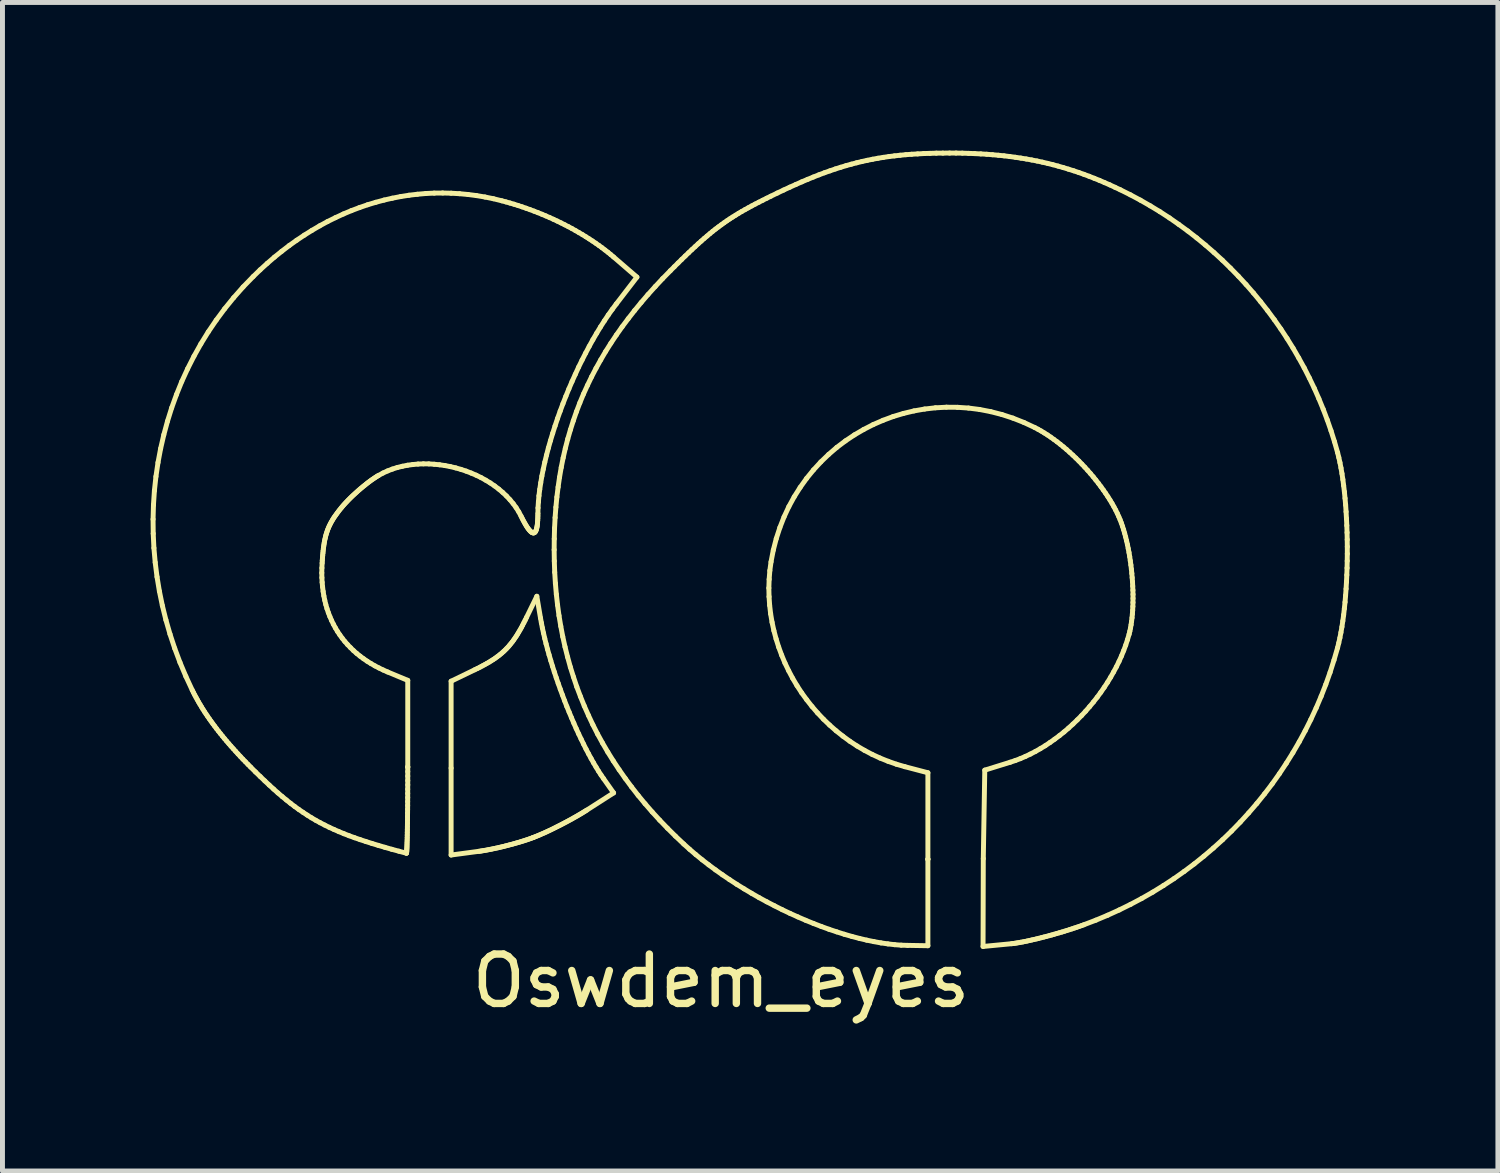
<source format=kicad_pcb>
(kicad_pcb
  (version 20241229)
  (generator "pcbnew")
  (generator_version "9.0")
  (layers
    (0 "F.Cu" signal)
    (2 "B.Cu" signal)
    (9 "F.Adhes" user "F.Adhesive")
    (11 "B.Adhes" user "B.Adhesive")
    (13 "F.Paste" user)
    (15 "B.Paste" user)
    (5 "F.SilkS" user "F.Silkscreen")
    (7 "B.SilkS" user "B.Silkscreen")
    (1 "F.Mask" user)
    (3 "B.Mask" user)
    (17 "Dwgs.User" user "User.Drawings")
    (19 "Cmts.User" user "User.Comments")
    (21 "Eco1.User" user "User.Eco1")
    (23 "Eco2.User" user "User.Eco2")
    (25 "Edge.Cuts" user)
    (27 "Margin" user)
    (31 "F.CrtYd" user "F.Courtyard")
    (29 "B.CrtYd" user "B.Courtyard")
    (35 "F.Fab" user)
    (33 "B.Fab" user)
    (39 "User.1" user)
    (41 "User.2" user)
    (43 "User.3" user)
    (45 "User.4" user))
  (footprint "Oswdem_eyes"
    (layer "F.Cu")
    (at 11.553 8.943)
    (property "Reference" "Oswdem_eyes" (at 0 7.874 0) (layer "F.SilkS") (effects (font (size 1 1) (thickness 0.15))))
    (attr through_hole)
    (fp_line (start -11.503 -1.477) (end -11.5 -1.187) (stroke (width 0.1) (type solid)) (layer "F.SilkS"))
    (fp_line (start -11.5 -1.187) (end -11.486 -0.895) (stroke (width 0.1) (type solid)) (layer "F.SilkS"))
    (fp_line (start -11.495 -1.767) (end -11.503 -1.477) (stroke (width 0.1) (type solid)) (layer "F.SilkS"))
    (fp_line (start -11.486 -0.895) (end -11.46 -0.603) (stroke (width 0.1) (type solid)) (layer "F.SilkS"))
    (fp_line (start -11.476 -2.055) (end -11.495 -1.767) (stroke (width 0.1) (type solid)) (layer "F.SilkS"))
    (fp_line (start -11.46 -0.603) (end -11.423 -0.311) (stroke (width 0.1) (type solid)) (layer "F.SilkS"))
    (fp_line (start -11.445 -2.342) (end -11.476 -2.055) (stroke (width 0.1) (type solid)) (layer "F.SilkS"))
    (fp_line (start -11.423 -0.311) (end -11.375 -0.02) (stroke (width 0.1) (type solid)) (layer "F.SilkS"))
    (fp_line (start -11.403 -2.626) (end -11.445 -2.342) (stroke (width 0.1) (type solid)) (layer "F.SilkS"))
    (fp_line (start -11.375 -0.02) (end -11.315 0.272) (stroke (width 0.1) (type solid)) (layer "F.SilkS"))
    (fp_line (start -11.35 -2.908) (end -11.403 -2.626) (stroke (width 0.1) (type solid)) (layer "F.SilkS"))
    (fp_line (start -11.315 0.272) (end -11.243 0.562) (stroke (width 0.1) (type solid)) (layer "F.SilkS"))
    (fp_line (start -11.286 -3.186) (end -11.35 -2.908) (stroke (width 0.1) (type solid)) (layer "F.SilkS"))
    (fp_line (start -11.243 0.562) (end -11.16 0.85) (stroke (width 0.1) (type solid)) (layer "F.SilkS"))
    (fp_line (start -11.211 -3.462) (end -11.286 -3.186) (stroke (width 0.1) (type solid)) (layer "F.SilkS"))
    (fp_line (start -11.16 0.85) (end -11.065 1.137) (stroke (width 0.1) (type solid)) (layer "F.SilkS"))
    (fp_line (start -11.126 -3.734) (end -11.211 -3.462) (stroke (width 0.1) (type solid)) (layer "F.SilkS"))
    (fp_line (start -11.065 1.137) (end -10.958 1.423) (stroke (width 0.1) (type solid)) (layer "F.SilkS"))
    (fp_line (start -11.029 -4.002) (end -11.126 -3.734) (stroke (width 0.1) (type solid)) (layer "F.SilkS"))
    (fp_line (start -10.958 1.423) (end -10.839 1.705) (stroke (width 0.1) (type solid)) (layer "F.SilkS"))
    (fp_line (start -10.922 -4.266) (end -11.029 -4.002) (stroke (width 0.1) (type solid)) (layer "F.SilkS"))
    (fp_line (start -10.839 1.705) (end -10.709 1.985) (stroke (width 0.1) (type solid)) (layer "F.SilkS"))
    (fp_line (start -10.803 -4.525) (end -10.922 -4.266) (stroke (width 0.1) (type solid)) (layer "F.SilkS"))
    (fp_line (start -10.709 1.985) (end -10.685 2.033) (stroke (width 0.1) (type solid)) (layer "F.SilkS"))
    (fp_line (start -10.685 2.033) (end -10.66 2.081) (stroke (width 0.1) (type solid)) (layer "F.SilkS"))
    (fp_line (start -10.674 -4.78) (end -10.803 -4.525) (stroke (width 0.1) (type solid)) (layer "F.SilkS"))
    (fp_line (start -10.66 2.081) (end -10.634 2.129) (stroke (width 0.1) (type solid)) (layer "F.SilkS"))
    (fp_line (start -10.634 2.129) (end -10.608 2.177) (stroke (width 0.1) (type solid)) (layer "F.SilkS"))
    (fp_line (start -10.608 2.177) (end -10.58 2.226) (stroke (width 0.1) (type solid)) (layer "F.SilkS"))
    (fp_line (start -10.58 2.226) (end -10.552 2.274) (stroke (width 0.1) (type solid)) (layer "F.SilkS"))
    (fp_line (start -10.552 2.274) (end -10.523 2.322) (stroke (width 0.1) (type solid)) (layer "F.SilkS"))
    (fp_line (start -10.535 -5.029) (end -10.674 -4.78) (stroke (width 0.1) (type solid)) (layer "F.SilkS"))
    (fp_line (start -10.523 2.322) (end -10.493 2.371) (stroke (width 0.1) (type solid)) (layer "F.SilkS"))
    (fp_line (start -10.493 2.371) (end -10.462 2.42) (stroke (width 0.1) (type solid)) (layer "F.SilkS"))
    (fp_line (start -10.462 2.42) (end -10.43 2.468) (stroke (width 0.1) (type solid)) (layer "F.SilkS"))
    (fp_line (start -10.43 2.468) (end -10.397 2.517) (stroke (width 0.1) (type solid)) (layer "F.SilkS"))
    (fp_line (start -10.397 2.517) (end -10.363 2.566) (stroke (width 0.1) (type solid)) (layer "F.SilkS"))
    (fp_line (start -10.385 -5.272) (end -10.535 -5.029) (stroke (width 0.1) (type solid)) (layer "F.SilkS"))
    (fp_line (start -10.363 2.566) (end -10.328 2.615) (stroke (width 0.1) (type solid)) (layer "F.SilkS"))
    (fp_line (start -10.328 2.615) (end -10.292 2.665) (stroke (width 0.1) (type solid)) (layer "F.SilkS"))
    (fp_line (start -10.292 2.665) (end -10.255 2.714) (stroke (width 0.1) (type solid)) (layer "F.SilkS"))
    (fp_line (start -10.255 2.714) (end -10.218 2.764) (stroke (width 0.1) (type solid)) (layer "F.SilkS"))
    (fp_line (start -10.224 -5.509) (end -10.385 -5.272) (stroke (width 0.1) (type solid)) (layer "F.SilkS"))
    (fp_line (start -10.218 2.764) (end -10.179 2.814) (stroke (width 0.1) (type solid)) (layer "F.SilkS"))
    (fp_line (start -10.179 2.814) (end -10.139 2.864) (stroke (width 0.1) (type solid)) (layer "F.SilkS"))
    (fp_line (start -10.139 2.864) (end -10.098 2.915) (stroke (width 0.1) (type solid)) (layer "F.SilkS"))
    (fp_line (start -10.098 2.915) (end -10.057 2.965) (stroke (width 0.1) (type solid)) (layer "F.SilkS"))
    (fp_line (start -10.057 2.965) (end -10.014 3.016) (stroke (width 0.1) (type solid)) (layer "F.SilkS"))
    (fp_line (start -10.053 -5.74) (end -10.224 -5.509) (stroke (width 0.1) (type solid)) (layer "F.SilkS"))
    (fp_line (start -10.014 3.016) (end -9.97 3.067) (stroke (width 0.1) (type solid)) (layer "F.SilkS"))
    (fp_line (start -9.97 3.067) (end -9.925 3.119) (stroke (width 0.1) (type solid)) (layer "F.SilkS"))
    (fp_line (start -9.925 3.119) (end -9.879 3.17) (stroke (width 0.1) (type solid)) (layer "F.SilkS"))
    (fp_line (start -9.879 3.17) (end -9.832 3.222) (stroke (width 0.1) (type solid)) (layer "F.SilkS"))
    (fp_line (start -9.871 -5.964) (end -10.053 -5.74) (stroke (width 0.1) (type solid)) (layer "F.SilkS"))
    (fp_line (start -9.832 3.222) (end -9.784 3.275) (stroke (width 0.1) (type solid)) (layer "F.SilkS"))
    (fp_line (start -9.784 3.275) (end -9.735 3.328) (stroke (width 0.1) (type solid)) (layer "F.SilkS"))
    (fp_line (start -9.735 3.328) (end -9.685 3.381) (stroke (width 0.1) (type solid)) (layer "F.SilkS"))
    (fp_line (start -9.685 3.381) (end -9.633 3.434) (stroke (width 0.1) (type solid)) (layer "F.SilkS"))
    (fp_line (start -9.679 -6.182) (end -9.871 -5.964) (stroke (width 0.1) (type solid)) (layer "F.SilkS"))
    (fp_line (start -9.633 3.434) (end -9.581 3.488) (stroke (width 0.1) (type solid)) (layer "F.SilkS"))
    (fp_line (start -9.581 3.488) (end -9.527 3.542) (stroke (width 0.1) (type solid)) (layer "F.SilkS"))
    (fp_line (start -9.527 3.542) (end -9.429 3.64) (stroke (width 0.1) (type solid)) (layer "F.SilkS"))
    (fp_line (start -9.476 -6.391) (end -9.679 -6.182) (stroke (width 0.1) (type solid)) (layer "F.SilkS"))
    (fp_line (start -9.429 3.64) (end -9.333 3.733) (stroke (width 0.1) (type solid)) (layer "F.SilkS"))
    (fp_line (start -9.335 -6.528) (end -9.476 -6.391) (stroke (width 0.1) (type solid)) (layer "F.SilkS"))
    (fp_line (start -9.333 3.733) (end -9.24 3.822) (stroke (width 0.1) (type solid)) (layer "F.SilkS"))
    (fp_line (start -9.24 3.822) (end -9.15 3.907) (stroke (width 0.1) (type solid)) (layer "F.SilkS"))
    (fp_line (start -9.191 -6.659) (end -9.335 -6.528) (stroke (width 0.1) (type solid)) (layer "F.SilkS"))
    (fp_line (start -9.15 3.907) (end -9.061 3.988) (stroke (width 0.1) (type solid)) (layer "F.SilkS"))
    (fp_line (start -9.061 3.988) (end -8.974 4.066) (stroke (width 0.1) (type solid)) (layer "F.SilkS"))
    (fp_line (start -9.045 -6.785) (end -9.191 -6.659) (stroke (width 0.1) (type solid)) (layer "F.SilkS"))
    (fp_line (start -8.974 4.066) (end -8.888 4.139) (stroke (width 0.1) (type solid)) (layer "F.SilkS"))
    (fp_line (start -8.897 -6.904) (end -9.045 -6.785) (stroke (width 0.1) (type solid)) (layer "F.SilkS"))
    (fp_line (start -8.888 4.139) (end -8.803 4.209) (stroke (width 0.1) (type solid)) (layer "F.SilkS"))
    (fp_line (start -8.803 4.209) (end -8.719 4.276) (stroke (width 0.1) (type solid)) (layer "F.SilkS"))
    (fp_line (start -8.747 -7.019) (end -8.897 -6.904) (stroke (width 0.1) (type solid)) (layer "F.SilkS"))
    (fp_line (start -8.719 4.276) (end -8.635 4.34) (stroke (width 0.1) (type solid)) (layer "F.SilkS"))
    (fp_line (start -8.635 4.34) (end -8.551 4.401) (stroke (width 0.1) (type solid)) (layer "F.SilkS"))
    (fp_line (start -8.595 -7.127) (end -8.747 -7.019) (stroke (width 0.1) (type solid)) (layer "F.SilkS"))
    (fp_line (start -8.551 4.401) (end -8.466 4.459) (stroke (width 0.1) (type solid)) (layer "F.SilkS"))
    (fp_line (start -8.466 4.459) (end -8.381 4.515) (stroke (width 0.1) (type solid)) (layer "F.SilkS"))
    (fp_line (start -8.441 -7.23) (end -8.595 -7.127) (stroke (width 0.1) (type solid)) (layer "F.SilkS"))
    (fp_line (start -8.381 4.515) (end -8.295 4.569) (stroke (width 0.1) (type solid)) (layer "F.SilkS"))
    (fp_line (start -8.295 4.569) (end -8.208 4.62) (stroke (width 0.1) (type solid)) (layer "F.SilkS"))
    (fp_line (start -8.286 -7.327) (end -8.441 -7.23) (stroke (width 0.1) (type solid)) (layer "F.SilkS"))
    (fp_line (start -8.208 4.62) (end -8.119 4.669) (stroke (width 0.1) (type solid)) (layer "F.SilkS"))
    (fp_line (start -8.129 -7.419) (end -8.286 -7.327) (stroke (width 0.1) (type solid)) (layer "F.SilkS"))
    (fp_line (start -8.119 4.669) (end -8.028 4.716) (stroke (width 0.1) (type solid)) (layer "F.SilkS"))
    (fp_line (start -8.086 -0.391) (end -8.084 -0.49) (stroke (width 0.1) (type solid)) (layer "F.SilkS"))
    (fp_line (start -8.084 -0.49) (end -8.079 -0.59) (stroke (width 0.1) (type solid)) (layer "F.SilkS"))
    (fp_line (start -8.084 -0.294) (end -8.086 -0.391) (stroke (width 0.1) (type solid)) (layer "F.SilkS"))
    (fp_line (start -8.079 -0.59) (end -8.076 -0.644) (stroke (width 0.1) (type solid)) (layer "F.SilkS"))
    (fp_line (start -8.079 -0.199) (end -8.084 -0.294) (stroke (width 0.1) (type solid)) (layer "F.SilkS"))
    (fp_line (start -8.076 -0.644) (end -8.072 -0.696) (stroke (width 0.1) (type solid)) (layer "F.SilkS"))
    (fp_line (start -8.072 -0.696) (end -8.068 -0.745) (stroke (width 0.1) (type solid)) (layer "F.SilkS"))
    (fp_line (start -8.07 -0.106) (end -8.079 -0.199) (stroke (width 0.1) (type solid)) (layer "F.SilkS"))
    (fp_line (start -8.068 -0.745) (end -8.063 -0.793) (stroke (width 0.1) (type solid)) (layer "F.SilkS"))
    (fp_line (start -8.063 -0.793) (end -8.059 -0.838) (stroke (width 0.1) (type solid)) (layer "F.SilkS"))
    (fp_line (start -8.059 -0.015) (end -8.07 -0.106) (stroke (width 0.1) (type solid)) (layer "F.SilkS"))
    (fp_line (start -8.059 -0.838) (end -8.054 -0.882) (stroke (width 0.1) (type solid)) (layer "F.SilkS"))
    (fp_line (start -8.054 -0.882) (end -8.048 -0.924) (stroke (width 0.1) (type solid)) (layer "F.SilkS"))
    (fp_line (start -8.048 -0.924) (end -8.042 -0.965) (stroke (width 0.1) (type solid)) (layer "F.SilkS"))
    (fp_line (start -8.044 0.075) (end -8.059 -0.015) (stroke (width 0.1) (type solid)) (layer "F.SilkS"))
    (fp_line (start -8.042 -0.965) (end -8.036 -1.004) (stroke (width 0.1) (type solid)) (layer "F.SilkS"))
    (fp_line (start -8.036 -1.004) (end -8.029 -1.041) (stroke (width 0.1) (type solid)) (layer "F.SilkS"))
    (fp_line (start -8.029 -1.041) (end -8.021 -1.078) (stroke (width 0.1) (type solid)) (layer "F.SilkS"))
    (fp_line (start -8.028 4.716) (end -7.935 4.762) (stroke (width 0.1) (type solid)) (layer "F.SilkS"))
    (fp_line (start -8.026 0.163) (end -8.044 0.075) (stroke (width 0.1) (type solid)) (layer "F.SilkS"))
    (fp_line (start -8.021 -1.078) (end -8.013 -1.113) (stroke (width 0.1) (type solid)) (layer "F.SilkS"))
    (fp_line (start -8.013 -1.113) (end -8.005 -1.147) (stroke (width 0.1) (type solid)) (layer "F.SilkS"))
    (fp_line (start -8.005 0.249) (end -8.026 0.163) (stroke (width 0.1) (type solid)) (layer "F.SilkS"))
    (fp_line (start -8.005 -1.147) (end -7.995 -1.18) (stroke (width 0.1) (type solid)) (layer "F.SilkS"))
    (fp_line (start -7.995 -1.18) (end -7.985 -1.212) (stroke (width 0.1) (type solid)) (layer "F.SilkS"))
    (fp_line (start -7.985 -1.212) (end -7.974 -1.244) (stroke (width 0.1) (type solid)) (layer "F.SilkS"))
    (fp_line (start -7.981 0.333) (end -8.005 0.249) (stroke (width 0.1) (type solid)) (layer "F.SilkS"))
    (fp_line (start -7.974 -1.244) (end -7.963 -1.275) (stroke (width 0.1) (type solid)) (layer "F.SilkS"))
    (fp_line (start -7.971 -7.505) (end -8.129 -7.419) (stroke (width 0.1) (type solid)) (layer "F.SilkS"))
    (fp_line (start -7.963 -1.275) (end -7.95 -1.305) (stroke (width 0.1) (type solid)) (layer "F.SilkS"))
    (fp_line (start -7.953 0.415) (end -7.981 0.333) (stroke (width 0.1) (type solid)) (layer "F.SilkS"))
    (fp_line (start -7.95 -1.305) (end -7.937 -1.335) (stroke (width 0.1) (type solid)) (layer "F.SilkS"))
    (fp_line (start -7.937 -1.335) (end -7.923 -1.364) (stroke (width 0.1) (type solid)) (layer "F.SilkS"))
    (fp_line (start -7.935 4.762) (end -7.839 4.806) (stroke (width 0.1) (type solid)) (layer "F.SilkS"))
    (fp_line (start -7.923 -1.364) (end -7.908 -1.394) (stroke (width 0.1) (type solid)) (layer "F.SilkS"))
    (fp_line (start -7.922 0.495) (end -7.953 0.415) (stroke (width 0.1) (type solid)) (layer "F.SilkS"))
    (fp_line (start -7.908 -1.394) (end -7.892 -1.423) (stroke (width 0.1) (type solid)) (layer "F.SilkS"))
    (fp_line (start -7.892 -1.423) (end -7.875 -1.452) (stroke (width 0.1) (type solid)) (layer "F.SilkS"))
    (fp_line (start -7.888 0.573) (end -7.922 0.495) (stroke (width 0.1) (type solid)) (layer "F.SilkS"))
    (fp_line (start -7.875 -1.452) (end -7.858 -1.481) (stroke (width 0.1) (type solid)) (layer "F.SilkS"))
    (fp_line (start -7.858 -1.481) (end -7.839 -1.511) (stroke (width 0.1) (type solid)) (layer "F.SilkS"))
    (fp_line (start -7.851 0.649) (end -7.888 0.573) (stroke (width 0.1) (type solid)) (layer "F.SilkS"))
    (fp_line (start -7.839 4.806) (end -7.741 4.849) (stroke (width 0.1) (type solid)) (layer "F.SilkS"))
    (fp_line (start -7.839 -1.511) (end -7.819 -1.54) (stroke (width 0.1) (type solid)) (layer "F.SilkS"))
    (fp_line (start -7.819 -1.54) (end -7.797 -1.57) (stroke (width 0.1) (type solid)) (layer "F.SilkS"))
    (fp_line (start -7.811 0.723) (end -7.851 0.649) (stroke (width 0.1) (type solid)) (layer "F.SilkS"))
    (fp_line (start -7.811 -7.584) (end -7.971 -7.505) (stroke (width 0.1) (type solid)) (layer "F.SilkS"))
    (fp_line (start -7.797 -1.57) (end -7.775 -1.601) (stroke (width 0.1) (type solid)) (layer "F.SilkS"))
    (fp_line (start -7.775 -1.601) (end -7.752 -1.632) (stroke (width 0.1) (type solid)) (layer "F.SilkS"))
    (fp_line (start -7.768 0.795) (end -7.811 0.723) (stroke (width 0.1) (type solid)) (layer "F.SilkS"))
    (fp_line (start -7.752 -1.632) (end -7.727 -1.664) (stroke (width 0.1) (type solid)) (layer "F.SilkS"))
    (fp_line (start -7.741 4.849) (end -7.639 4.891) (stroke (width 0.1) (type solid)) (layer "F.SilkS"))
    (fp_line (start -7.727 -1.664) (end -7.701 -1.696) (stroke (width 0.1) (type solid)) (layer "F.SilkS"))
    (fp_line (start -7.721 0.865) (end -7.768 0.795) (stroke (width 0.1) (type solid)) (layer "F.SilkS"))
    (fp_line (start -7.701 -1.696) (end -7.682 -1.719) (stroke (width 0.1) (type solid)) (layer "F.SilkS"))
    (fp_line (start -7.682 -1.719) (end -7.663 -1.742) (stroke (width 0.1) (type solid)) (layer "F.SilkS"))
    (fp_line (start -7.672 0.933) (end -7.721 0.865) (stroke (width 0.1) (type solid)) (layer "F.SilkS"))
    (fp_line (start -7.663 -1.742) (end -7.643 -1.765) (stroke (width 0.1) (type solid)) (layer "F.SilkS"))
    (fp_line (start -7.649 -7.659) (end -7.811 -7.584) (stroke (width 0.1) (type solid)) (layer "F.SilkS"))
    (fp_line (start -7.643 -1.765) (end -7.622 -1.788) (stroke (width 0.1) (type solid)) (layer "F.SilkS"))
    (fp_line (start -7.639 4.891) (end -7.534 4.932) (stroke (width 0.1) (type solid)) (layer "F.SilkS"))
    (fp_line (start -7.622 -1.788) (end -7.6 -1.812) (stroke (width 0.1) (type solid)) (layer "F.SilkS"))
    (fp_line (start -7.62 0.998) (end -7.672 0.933) (stroke (width 0.1) (type solid)) (layer "F.SilkS"))
    (fp_line (start -7.6 -1.812) (end -7.578 -1.835) (stroke (width 0.1) (type solid)) (layer "F.SilkS"))
    (fp_line (start -7.578 -1.835) (end -7.555 -1.86) (stroke (width 0.1) (type solid)) (layer "F.SilkS"))
    (fp_line (start -7.564 1.062) (end -7.62 0.998) (stroke (width 0.1) (type solid)) (layer "F.SilkS"))
    (fp_line (start -7.555 -1.86) (end -7.531 -1.884) (stroke (width 0.1) (type solid)) (layer "F.SilkS"))
    (fp_line (start -7.534 4.932) (end -7.424 4.972) (stroke (width 0.1) (type solid)) (layer "F.SilkS"))
    (fp_line (start -7.531 -1.884) (end -7.507 -1.908) (stroke (width 0.1) (type solid)) (layer "F.SilkS"))
    (fp_line (start -7.507 -1.908) (end -7.482 -1.932) (stroke (width 0.1) (type solid)) (layer "F.SilkS"))
    (fp_line (start -7.505 1.123) (end -7.564 1.062) (stroke (width 0.1) (type solid)) (layer "F.SilkS"))
    (fp_line (start -7.487 -7.727) (end -7.649 -7.659) (stroke (width 0.1) (type solid)) (layer "F.SilkS"))
    (fp_line (start -7.482 -1.932) (end -7.457 -1.956) (stroke (width 0.1) (type solid)) (layer "F.SilkS"))
    (fp_line (start -7.457 -1.956) (end -7.431 -1.98) (stroke (width 0.1) (type solid)) (layer "F.SilkS"))
    (fp_line (start -7.444 1.183) (end -7.505 1.123) (stroke (width 0.1) (type solid)) (layer "F.SilkS"))
    (fp_line (start -7.431 -1.98) (end -7.405 -2.004) (stroke (width 0.1) (type solid)) (layer "F.SilkS"))
    (fp_line (start -7.424 4.972) (end -7.311 5.011) (stroke (width 0.1) (type solid)) (layer "F.SilkS"))
    (fp_line (start -7.405 -2.004) (end -7.378 -2.028) (stroke (width 0.1) (type solid)) (layer "F.SilkS"))
    (fp_line (start -7.379 1.24) (end -7.444 1.183) (stroke (width 0.1) (type solid)) (layer "F.SilkS"))
    (fp_line (start -7.378 -2.028) (end -7.352 -2.052) (stroke (width 0.1) (type solid)) (layer "F.SilkS"))
    (fp_line (start -7.352 -2.052) (end -7.325 -2.075) (stroke (width 0.1) (type solid)) (layer "F.SilkS"))
    (fp_line (start -7.325 -2.075) (end -7.298 -2.099) (stroke (width 0.1) (type solid)) (layer "F.SilkS"))
    (fp_line (start -7.323 -7.789) (end -7.487 -7.727) (stroke (width 0.1) (type solid)) (layer "F.SilkS"))
    (fp_line (start -7.311 1.295) (end -7.379 1.24) (stroke (width 0.1) (type solid)) (layer "F.SilkS"))
    (fp_line (start -7.311 5.011) (end -7.193 5.05) (stroke (width 0.1) (type solid)) (layer "F.SilkS"))
    (fp_line (start -7.298 -2.099) (end -7.271 -2.121) (stroke (width 0.1) (type solid)) (layer "F.SilkS"))
    (fp_line (start -7.271 -2.121) (end -7.244 -2.144) (stroke (width 0.1) (type solid)) (layer "F.SilkS"))
    (fp_line (start -7.244 -2.144) (end -7.217 -2.165) (stroke (width 0.1) (type solid)) (layer "F.SilkS"))
    (fp_line (start -7.241 1.347) (end -7.311 1.295) (stroke (width 0.1) (type solid)) (layer "F.SilkS"))
    (fp_line (start -7.217 -2.165) (end -7.19 -2.187) (stroke (width 0.1) (type solid)) (layer "F.SilkS"))
    (fp_line (start -7.193 5.05) (end -7.07 5.089) (stroke (width 0.1) (type solid)) (layer "F.SilkS"))
    (fp_line (start -7.19 -2.187) (end -7.164 -2.208) (stroke (width 0.1) (type solid)) (layer "F.SilkS"))
    (fp_line (start -7.167 1.398) (end -7.241 1.347) (stroke (width 0.1) (type solid)) (layer "F.SilkS"))
    (fp_line (start -7.164 -2.208) (end -7.137 -2.228) (stroke (width 0.1) (type solid)) (layer "F.SilkS"))
    (fp_line (start -7.158 -7.846) (end -7.323 -7.789) (stroke (width 0.1) (type solid)) (layer "F.SilkS"))
    (fp_line (start -7.137 -2.228) (end -7.111 -2.248) (stroke (width 0.1) (type solid)) (layer "F.SilkS"))
    (fp_line (start -7.111 -2.248) (end -7.085 -2.267) (stroke (width 0.1) (type solid)) (layer "F.SilkS"))
    (fp_line (start -7.09 1.446) (end -7.167 1.398) (stroke (width 0.1) (type solid)) (layer "F.SilkS"))
    (fp_line (start -7.085 -2.267) (end -7.059 -2.285) (stroke (width 0.1) (type solid)) (layer "F.SilkS"))
    (fp_line (start -7.07 5.089) (end -6.942 5.128) (stroke (width 0.1) (type solid)) (layer "F.SilkS"))
    (fp_line (start -7.059 -2.285) (end -7.034 -2.302) (stroke (width 0.1) (type solid)) (layer "F.SilkS"))
    (fp_line (start -7.034 -2.302) (end -7.009 -2.319) (stroke (width 0.1) (type solid)) (layer "F.SilkS"))
    (fp_line (start -7.011 1.492) (end -7.09 1.446) (stroke (width 0.1) (type solid)) (layer "F.SilkS"))
    (fp_line (start -7.009 -2.319) (end -6.984 -2.335) (stroke (width 0.1) (type solid)) (layer "F.SilkS"))
    (fp_line (start -6.992 -7.896) (end -7.158 -7.846) (stroke (width 0.1) (type solid)) (layer "F.SilkS"))
    (fp_line (start -6.984 -2.335) (end -6.961 -2.35) (stroke (width 0.1) (type solid)) (layer "F.SilkS"))
    (fp_line (start -6.961 -2.35) (end -6.938 -2.363) (stroke (width 0.1) (type solid)) (layer "F.SilkS"))
    (fp_line (start -6.942 5.128) (end -6.809 5.167) (stroke (width 0.1) (type solid)) (layer "F.SilkS"))
    (fp_line (start -6.938 -2.363) (end -6.847 -2.413) (stroke (width 0.1) (type solid)) (layer "F.SilkS"))
    (fp_line (start -6.928 1.535) (end -7.011 1.492) (stroke (width 0.1) (type solid)) (layer "F.SilkS"))
    (fp_line (start -6.847 -2.413) (end -6.753 -2.456) (stroke (width 0.1) (type solid)) (layer "F.SilkS"))
    (fp_line (start -6.843 1.576) (end -6.928 1.535) (stroke (width 0.1) (type solid)) (layer "F.SilkS"))
    (fp_line (start -6.825 -7.941) (end -6.992 -7.896) (stroke (width 0.1) (type solid)) (layer "F.SilkS"))
    (fp_line (start -6.809 5.167) (end -6.669 5.207) (stroke (width 0.1) (type solid)) (layer "F.SilkS"))
    (fp_line (start -6.755 1.615) (end -6.843 1.576) (stroke (width 0.1) (type solid)) (layer "F.SilkS"))
    (fp_line (start -6.753 -2.456) (end -6.656 -2.493) (stroke (width 0.1) (type solid)) (layer "F.SilkS"))
    (fp_line (start -6.669 5.207) (end -6.524 5.246) (stroke (width 0.1) (type solid)) (layer "F.SilkS"))
    (fp_line (start -6.658 -7.979) (end -6.825 -7.941) (stroke (width 0.1) (type solid)) (layer "F.SilkS"))
    (fp_line (start -6.656 -2.493) (end -6.556 -2.525) (stroke (width 0.1) (type solid)) (layer "F.SilkS"))
    (fp_line (start -6.556 -2.525) (end -6.454 -2.55) (stroke (width 0.1) (type solid)) (layer "F.SilkS"))
    (fp_line (start -6.524 5.246) (end -6.372 5.287) (stroke (width 0.1) (type solid)) (layer "F.SilkS"))
    (fp_line (start -6.489 -8.012) (end -6.658 -7.979) (stroke (width 0.1) (type solid)) (layer "F.SilkS"))
    (fp_line (start -6.454 -2.55) (end -6.349 -2.571) (stroke (width 0.1) (type solid)) (layer "F.SilkS"))
    (fp_line (start -6.372 5.287) (end -6.371 5.285) (stroke (width 0.1) (type solid)) (layer "F.SilkS"))
    (fp_line (start -6.371 5.285) (end -6.369 5.278) (stroke (width 0.1) (type solid)) (layer "F.SilkS"))
    (fp_line (start -6.369 5.278) (end -6.368 5.266) (stroke (width 0.1) (type solid)) (layer "F.SilkS"))
    (fp_line (start -6.368 5.266) (end -6.366 5.25) (stroke (width 0.1) (type solid)) (layer "F.SilkS"))
    (fp_line (start -6.366 5.25) (end -6.365 5.23) (stroke (width 0.1) (type solid)) (layer "F.SilkS"))
    (fp_line (start -6.365 5.23) (end -6.364 5.205) (stroke (width 0.1) (type solid)) (layer "F.SilkS"))
    (fp_line (start -6.364 5.205) (end -6.362 5.176) (stroke (width 0.1) (type solid)) (layer "F.SilkS"))
    (fp_line (start -6.362 5.176) (end -6.361 5.143) (stroke (width 0.1) (type solid)) (layer "F.SilkS"))
    (fp_line (start -6.361 5.143) (end -6.36 5.106) (stroke (width 0.1) (type solid)) (layer "F.SilkS"))
    (fp_line (start -6.36 5.106) (end -6.359 5.065) (stroke (width 0.1) (type solid)) (layer "F.SilkS"))
    (fp_line (start -6.359 5.065) (end -6.357 5.02) (stroke (width 0.1) (type solid)) (layer "F.SilkS"))
    (fp_line (start -6.357 5.02) (end -6.356 4.972) (stroke (width 0.1) (type solid)) (layer "F.SilkS"))
    (fp_line (start -6.356 4.972) (end -6.355 4.92) (stroke (width 0.1) (type solid)) (layer "F.SilkS"))
    (fp_line (start -6.355 4.92) (end -6.354 4.865) (stroke (width 0.1) (type solid)) (layer "F.SilkS"))
    (fp_line (start -6.354 4.865) (end -6.353 4.807) (stroke (width 0.1) (type solid)) (layer "F.SilkS"))
    (fp_line (start -6.353 4.807) (end -6.352 4.746) (stroke (width 0.1) (type solid)) (layer "F.SilkS"))
    (fp_line (start -6.352 4.746) (end -6.351 4.682) (stroke (width 0.1) (type solid)) (layer "F.SilkS"))
    (fp_line (start -6.351 4.682) (end -6.35 4.614) (stroke (width 0.1) (type solid)) (layer "F.SilkS"))
    (fp_line (start -6.35 4.614) (end -6.35 4.545) (stroke (width 0.1) (type solid)) (layer "F.SilkS"))
    (fp_line (start -6.35 4.545) (end -6.349 4.472) (stroke (width 0.1) (type solid)) (layer "F.SilkS"))
    (fp_line (start -6.349 -2.571) (end -6.243 -2.585) (stroke (width 0.1) (type solid)) (layer "F.SilkS"))
    (fp_line (start -6.349 4.472) (end -6.348 4.397) (stroke (width 0.1) (type solid)) (layer "F.SilkS"))
    (fp_line (start -6.348 4.397) (end -6.347 4.32) (stroke (width 0.1) (type solid)) (layer "F.SilkS"))
    (fp_line (start -6.347 4.32) (end -6.347 4.241) (stroke (width 0.1) (type solid)) (layer "F.SilkS"))
    (fp_line (start -6.347 4.241) (end -6.346 4.159) (stroke (width 0.1) (type solid)) (layer "F.SilkS"))
    (fp_line (start -6.346 4.159) (end -6.346 4.076) (stroke (width 0.1) (type solid)) (layer "F.SilkS"))
    (fp_line (start -6.346 4.076) (end -6.346 3.99) (stroke (width 0.1) (type solid)) (layer "F.SilkS"))
    (fp_line (start -6.346 3.99) (end -6.345 3.903) (stroke (width 0.1) (type solid)) (layer "F.SilkS"))
    (fp_line (start -6.345 3.903) (end -6.345 3.815) (stroke (width 0.1) (type solid)) (layer "F.SilkS"))
    (fp_line (start -6.345 3.815) (end -6.345 3.724) (stroke (width 0.1) (type solid)) (layer "F.SilkS"))
    (fp_line (start -6.345 3.724) (end -6.345 3.633) (stroke (width 0.1) (type solid)) (layer "F.SilkS"))
    (fp_line (start -6.345 3.633) (end -6.345 3.54) (stroke (width 0.1) (type solid)) (layer "F.SilkS"))
    (fp_line (start -6.345 3.54) (end -6.345 3.54) (stroke (width 0.1) (type solid)) (layer "F.SilkS"))
    (fp_line (start -6.345 3.54) (end -6.345 3.54) (stroke (width 0.1) (type solid)) (layer "F.SilkS"))
    (fp_line (start -6.345 1.786) (end -6.755 1.615) (stroke (width 0.1) (type solid)) (layer "F.SilkS"))
    (fp_line (start -6.345 3.54) (end -6.345 1.786) (stroke (width 0.1) (type solid)) (layer "F.SilkS"))
    (fp_line (start -6.32 -8.039) (end -6.489 -8.012) (stroke (width 0.1) (type solid)) (layer "F.SilkS"))
    (fp_line (start -6.243 -2.585) (end -6.136 -2.595) (stroke (width 0.1) (type solid)) (layer "F.SilkS"))
    (fp_line (start -6.15 -8.059) (end -6.32 -8.039) (stroke (width 0.1) (type solid)) (layer "F.SilkS"))
    (fp_line (start -6.136 -2.595) (end -6.028 -2.599) (stroke (width 0.1) (type solid)) (layer "F.SilkS"))
    (fp_line (start -6.028 -2.599) (end -5.919 -2.598) (stroke (width 0.1) (type solid)) (layer "F.SilkS"))
    (fp_line (start -5.98 -8.074) (end -6.15 -8.059) (stroke (width 0.1) (type solid)) (layer "F.SilkS"))
    (fp_line (start -5.919 -2.598) (end -5.809 -2.591) (stroke (width 0.1) (type solid)) (layer "F.SilkS"))
    (fp_line (start -5.809 -8.082) (end -5.98 -8.074) (stroke (width 0.1) (type solid)) (layer "F.SilkS"))
    (fp_line (start -5.809 -2.591) (end -5.7 -2.58) (stroke (width 0.1) (type solid)) (layer "F.SilkS"))
    (fp_line (start -5.7 -2.58) (end -5.59 -2.564) (stroke (width 0.1) (type solid)) (layer "F.SilkS"))
    (fp_line (start -5.638 -8.084) (end -5.809 -8.082) (stroke (width 0.1) (type solid)) (layer "F.SilkS"))
    (fp_line (start -5.59 -2.564) (end -5.482 -2.543) (stroke (width 0.1) (type solid)) (layer "F.SilkS"))
    (fp_line (start -5.482 -2.543) (end -5.374 -2.517) (stroke (width 0.1) (type solid)) (layer "F.SilkS"))
    (fp_line (start -5.467 -8.08) (end -5.638 -8.084) (stroke (width 0.1) (type solid)) (layer "F.SilkS"))
    (fp_line (start -5.467 1.803) (end -5.467 3.563) (stroke (width 0.1) (type solid)) (layer "F.SilkS"))
    (fp_line (start -5.467 3.563) (end -5.467 5.323) (stroke (width 0.1) (type solid)) (layer "F.SilkS"))
    (fp_line (start -5.467 5.323) (end -4.905 5.248) (stroke (width 0.1) (type solid)) (layer "F.SilkS"))
    (fp_line (start -5.374 -2.517) (end -5.268 -2.487) (stroke (width 0.1) (type solid)) (layer "F.SilkS"))
    (fp_line (start -5.296 -8.07) (end -5.467 -8.08) (stroke (width 0.1) (type solid)) (layer "F.SilkS"))
    (fp_line (start -5.268 -2.487) (end -5.163 -2.452) (stroke (width 0.1) (type solid)) (layer "F.SilkS"))
    (fp_line (start -5.163 -2.452) (end -5.06 -2.412) (stroke (width 0.1) (type solid)) (layer "F.SilkS"))
    (fp_line (start -5.124 -8.054) (end -5.296 -8.07) (stroke (width 0.1) (type solid)) (layer "F.SilkS"))
    (fp_line (start -5.06 -2.412) (end -4.959 -2.369) (stroke (width 0.1) (type solid)) (layer "F.SilkS"))
    (fp_line (start -4.988 1.571) (end -5.467 1.803) (stroke (width 0.1) (type solid)) (layer "F.SilkS"))
    (fp_line (start -4.959 -2.369) (end -4.861 -2.321) (stroke (width 0.1) (type solid)) (layer "F.SilkS"))
    (fp_line (start -4.953 -8.032) (end -5.124 -8.054) (stroke (width 0.1) (type solid)) (layer "F.SilkS"))
    (fp_line (start -4.934 1.545) (end -4.988 1.571) (stroke (width 0.1) (type solid)) (layer "F.SilkS"))
    (fp_line (start -4.905 5.248) (end -4.874 5.244) (stroke (width 0.1) (type solid)) (layer "F.SilkS"))
    (fp_line (start -4.883 1.519) (end -4.934 1.545) (stroke (width 0.1) (type solid)) (layer "F.SilkS"))
    (fp_line (start -4.874 5.244) (end -4.843 5.239) (stroke (width 0.1) (type solid)) (layer "F.SilkS"))
    (fp_line (start -4.861 -2.321) (end -4.766 -2.268) (stroke (width 0.1) (type solid)) (layer "F.SilkS"))
    (fp_line (start -4.843 5.239) (end -4.81 5.234) (stroke (width 0.1) (type solid)) (layer "F.SilkS"))
    (fp_line (start -4.834 1.493) (end -4.883 1.519) (stroke (width 0.1) (type solid)) (layer "F.SilkS"))
    (fp_line (start -4.81 5.234) (end -4.777 5.228) (stroke (width 0.1) (type solid)) (layer "F.SilkS"))
    (fp_line (start -4.787 1.468) (end -4.834 1.493) (stroke (width 0.1) (type solid)) (layer "F.SilkS"))
    (fp_line (start -4.781 -8.003) (end -4.953 -8.032) (stroke (width 0.1) (type solid)) (layer "F.SilkS"))
    (fp_line (start -4.777 5.228) (end -4.742 5.222) (stroke (width 0.1) (type solid)) (layer "F.SilkS"))
    (fp_line (start -4.766 -2.268) (end -4.674 -2.212) (stroke (width 0.1) (type solid)) (layer "F.SilkS"))
    (fp_line (start -4.742 5.222) (end -4.707 5.215) (stroke (width 0.1) (type solid)) (layer "F.SilkS"))
    (fp_line (start -4.742 1.442) (end -4.787 1.468) (stroke (width 0.1) (type solid)) (layer "F.SilkS"))
    (fp_line (start -4.707 5.215) (end -4.671 5.208) (stroke (width 0.1) (type solid)) (layer "F.SilkS"))
    (fp_line (start -4.698 1.417) (end -4.742 1.442) (stroke (width 0.1) (type solid)) (layer "F.SilkS"))
    (fp_line (start -4.674 -2.212) (end -4.586 -2.152) (stroke (width 0.1) (type solid)) (layer "F.SilkS"))
    (fp_line (start -4.671 5.208) (end -4.635 5.201) (stroke (width 0.1) (type solid)) (layer "F.SilkS"))
    (fp_line (start -4.656 1.391) (end -4.698 1.417) (stroke (width 0.1) (type solid)) (layer "F.SilkS"))
    (fp_line (start -4.635 5.201) (end -4.598 5.193) (stroke (width 0.1) (type solid)) (layer "F.SilkS"))
    (fp_line (start -4.616 1.366) (end -4.656 1.391) (stroke (width 0.1) (type solid)) (layer "F.SilkS"))
    (fp_line (start -4.61 -7.968) (end -4.781 -8.003) (stroke (width 0.1) (type solid)) (layer "F.SilkS"))
    (fp_line (start -4.598 5.193) (end -4.56 5.185) (stroke (width 0.1) (type solid)) (layer "F.SilkS"))
    (fp_line (start -4.586 -2.152) (end -4.502 -2.088) (stroke (width 0.1) (type solid)) (layer "F.SilkS"))
    (fp_line (start -4.578 1.34) (end -4.616 1.366) (stroke (width 0.1) (type solid)) (layer "F.SilkS"))
    (fp_line (start -4.56 5.185) (end -4.522 5.177) (stroke (width 0.1) (type solid)) (layer "F.SilkS"))
    (fp_line (start -4.541 1.313) (end -4.578 1.34) (stroke (width 0.1) (type solid)) (layer "F.SilkS"))
    (fp_line (start -4.522 5.177) (end -4.484 5.168) (stroke (width 0.1) (type solid)) (layer "F.SilkS"))
    (fp_line (start -4.505 1.287) (end -4.541 1.313) (stroke (width 0.1) (type solid)) (layer "F.SilkS"))
    (fp_line (start -4.502 -2.088) (end -4.422 -2.02) (stroke (width 0.1) (type solid)) (layer "F.SilkS"))
    (fp_line (start -4.484 5.168) (end -4.446 5.159) (stroke (width 0.1) (type solid)) (layer "F.SilkS"))
    (fp_line (start -4.471 1.259) (end -4.505 1.287) (stroke (width 0.1) (type solid)) (layer "F.SilkS"))
    (fp_line (start -4.446 5.159) (end -4.407 5.15) (stroke (width 0.1) (type solid)) (layer "F.SilkS"))
    (fp_line (start -4.439 -7.926) (end -4.61 -7.968) (stroke (width 0.1) (type solid)) (layer "F.SilkS"))
    (fp_line (start -4.437 1.231) (end -4.471 1.259) (stroke (width 0.1) (type solid)) (layer "F.SilkS"))
    (fp_line (start -4.422 -2.02) (end -4.346 -1.948) (stroke (width 0.1) (type solid)) (layer "F.SilkS"))
    (fp_line (start -4.407 5.15) (end -4.369 5.14) (stroke (width 0.1) (type solid)) (layer "F.SilkS"))
    (fp_line (start -4.405 1.202) (end -4.437 1.231) (stroke (width 0.1) (type solid)) (layer "F.SilkS"))
    (fp_line (start -4.374 1.173) (end -4.405 1.202) (stroke (width 0.1) (type solid)) (layer "F.SilkS"))
    (fp_line (start -4.369 5.14) (end -4.33 5.13) (stroke (width 0.1) (type solid)) (layer "F.SilkS"))
    (fp_line (start -4.357 -7.904) (end -4.439 -7.926) (stroke (width 0.1) (type solid)) (layer "F.SilkS"))
    (fp_line (start -4.346 -1.948) (end -4.276 -1.873) (stroke (width 0.1) (type solid)) (layer "F.SilkS"))
    (fp_line (start -4.344 1.142) (end -4.374 1.173) (stroke (width 0.1) (type solid)) (layer "F.SilkS"))
    (fp_line (start -4.33 5.13) (end -4.292 5.12) (stroke (width 0.1) (type solid)) (layer "F.SilkS"))
    (fp_line (start -4.314 1.111) (end -4.344 1.142) (stroke (width 0.1) (type solid)) (layer "F.SilkS"))
    (fp_line (start -4.292 5.12) (end -4.253 5.11) (stroke (width 0.1) (type solid)) (layer "F.SilkS"))
    (fp_line (start -4.286 1.078) (end -4.314 1.111) (stroke (width 0.1) (type solid)) (layer "F.SilkS"))
    (fp_line (start -4.276 -1.873) (end -4.211 -1.795) (stroke (width 0.1) (type solid)) (layer "F.SilkS"))
    (fp_line (start -4.275 -7.881) (end -4.357 -7.904) (stroke (width 0.1) (type solid)) (layer "F.SilkS"))
    (fp_line (start -4.258 1.044) (end -4.286 1.078) (stroke (width 0.1) (type solid)) (layer "F.SilkS"))
    (fp_line (start -4.253 5.11) (end -4.215 5.1) (stroke (width 0.1) (type solid)) (layer "F.SilkS"))
    (fp_line (start -4.23 1.009) (end -4.258 1.044) (stroke (width 0.1) (type solid)) (layer "F.SilkS"))
    (fp_line (start -4.215 5.1) (end -4.177 5.089) (stroke (width 0.1) (type solid)) (layer "F.SilkS"))
    (fp_line (start -4.211 -1.795) (end -4.151 -1.713) (stroke (width 0.1) (type solid)) (layer "F.SilkS"))
    (fp_line (start -4.203 0.973) (end -4.23 1.009) (stroke (width 0.1) (type solid)) (layer "F.SilkS"))
    (fp_line (start -4.193 -7.857) (end -4.275 -7.881) (stroke (width 0.1) (type solid)) (layer "F.SilkS"))
    (fp_line (start -4.177 5.089) (end -4.14 5.078) (stroke (width 0.1) (type solid)) (layer "F.SilkS"))
    (fp_line (start -4.177 0.935) (end -4.203 0.973) (stroke (width 0.1) (type solid)) (layer "F.SilkS"))
    (fp_line (start -4.151 -1.713) (end -4.097 -1.627) (stroke (width 0.1) (type solid)) (layer "F.SilkS"))
    (fp_line (start -4.15 0.895) (end -4.177 0.935) (stroke (width 0.1) (type solid)) (layer "F.SilkS"))
    (fp_line (start -4.14 5.078) (end -4.103 5.068) (stroke (width 0.1) (type solid)) (layer "F.SilkS"))
    (fp_line (start -4.124 0.854) (end -4.15 0.895) (stroke (width 0.1) (type solid)) (layer "F.SilkS"))
    (fp_line (start -4.111 -7.831) (end -4.193 -7.857) (stroke (width 0.1) (type solid)) (layer "F.SilkS"))
    (fp_line (start -4.103 5.068) (end -4.067 5.057) (stroke (width 0.1) (type solid)) (layer "F.SilkS"))
    (fp_line (start -4.098 0.811) (end -4.124 0.854) (stroke (width 0.1) (type solid)) (layer "F.SilkS"))
    (fp_line (start -4.097 -1.627) (end -4.05 -1.539) (stroke (width 0.1) (type solid)) (layer "F.SilkS"))
    (fp_line (start -4.072 0.766) (end -4.098 0.811) (stroke (width 0.1) (type solid)) (layer "F.SilkS"))
    (fp_line (start -4.067 5.057) (end -4.031 5.046) (stroke (width 0.1) (type solid)) (layer "F.SilkS"))
    (fp_line (start -4.05 -1.539) (end -4.028 -1.495) (stroke (width 0.1) (type solid)) (layer "F.SilkS"))
    (fp_line (start -4.046 0.72) (end -4.072 0.766) (stroke (width 0.1) (type solid)) (layer "F.SilkS"))
    (fp_line (start -4.031 5.046) (end -3.996 5.035) (stroke (width 0.1) (type solid)) (layer "F.SilkS"))
    (fp_line (start -4.03 -7.804) (end -4.111 -7.831) (stroke (width 0.1) (type solid)) (layer "F.SilkS"))
    (fp_line (start -4.028 -1.495) (end -4.007 -1.454) (stroke (width 0.1) (type solid)) (layer "F.SilkS"))
    (fp_line (start -4.02 0.671) (end -4.046 0.72) (stroke (width 0.1) (type solid)) (layer "F.SilkS"))
    (fp_line (start -4.007 -1.454) (end -3.986 -1.416) (stroke (width 0.1) (type solid)) (layer "F.SilkS"))
    (fp_line (start -3.996 5.035) (end -3.961 5.024) (stroke (width 0.1) (type solid)) (layer "F.SilkS"))
    (fp_line (start -3.994 0.62) (end -4.02 0.671) (stroke (width 0.1) (type solid)) (layer "F.SilkS"))
    (fp_line (start -3.986 -1.416) (end -3.967 -1.382) (stroke (width 0.1) (type solid)) (layer "F.SilkS"))
    (fp_line (start -3.967 0.567) (end -3.994 0.62) (stroke (width 0.1) (type solid)) (layer "F.SilkS"))
    (fp_line (start -3.967 -1.382) (end -3.948 -1.35) (stroke (width 0.1) (type solid)) (layer "F.SilkS"))
    (fp_line (start -3.961 5.024) (end -3.928 5.013) (stroke (width 0.1) (type solid)) (layer "F.SilkS"))
    (fp_line (start -3.949 -7.776) (end -4.03 -7.804) (stroke (width 0.1) (type solid)) (layer "F.SilkS"))
    (fp_line (start -3.948 -1.35) (end -3.93 -1.321) (stroke (width 0.1) (type solid)) (layer "F.SilkS"))
    (fp_line (start -3.94 0.512) (end -3.967 0.567) (stroke (width 0.1) (type solid)) (layer "F.SilkS"))
    (fp_line (start -3.93 -1.321) (end -3.913 -1.296) (stroke (width 0.1) (type solid)) (layer "F.SilkS"))
    (fp_line (start -3.928 5.013) (end -3.895 5.002) (stroke (width 0.1) (type solid)) (layer "F.SilkS"))
    (fp_line (start -3.913 -1.296) (end -3.896 -1.273) (stroke (width 0.1) (type solid)) (layer "F.SilkS"))
    (fp_line (start -3.896 -1.273) (end -3.88 -1.254) (stroke (width 0.1) (type solid)) (layer "F.SilkS"))
    (fp_line (start -3.895 5.002) (end -3.864 4.991) (stroke (width 0.1) (type solid)) (layer "F.SilkS"))
    (fp_line (start -3.88 -1.254) (end -3.865 -1.237) (stroke (width 0.1) (type solid)) (layer "F.SilkS"))
    (fp_line (start -3.868 -7.747) (end -3.949 -7.776) (stroke (width 0.1) (type solid)) (layer "F.SilkS"))
    (fp_line (start -3.865 -1.237) (end -3.85 -1.224) (stroke (width 0.1) (type solid)) (layer "F.SilkS"))
    (fp_line (start -3.864 4.991) (end -3.833 4.98) (stroke (width 0.1) (type solid)) (layer "F.SilkS"))
    (fp_line (start -3.85 -1.224) (end -3.837 -1.213) (stroke (width 0.1) (type solid)) (layer "F.SilkS"))
    (fp_line (start -3.837 -1.213) (end -3.824 -1.206) (stroke (width 0.1) (type solid)) (layer "F.SilkS"))
    (fp_line (start -3.833 4.98) (end -3.804 4.969) (stroke (width 0.1) (type solid)) (layer "F.SilkS"))
    (fp_line (start -3.824 -1.206) (end -3.811 -1.202) (stroke (width 0.1) (type solid)) (layer "F.SilkS"))
    (fp_line (start -3.811 -1.202) (end -3.8 -1.2) (stroke (width 0.1) (type solid)) (layer "F.SilkS"))
    (fp_line (start -3.804 4.969) (end -3.804 4.969) (stroke (width 0.1) (type solid)) (layer "F.SilkS"))
    (fp_line (start -3.804 4.969) (end -3.804 4.969) (stroke (width 0.1) (type solid)) (layer "F.SilkS"))
    (fp_line (start -3.804 4.969) (end -3.775 4.957) (stroke (width 0.1) (type solid)) (layer "F.SilkS"))
    (fp_line (start -3.8 -1.2) (end -3.789 -1.202) (stroke (width 0.1) (type solid)) (layer "F.SilkS"))
    (fp_line (start -3.789 -1.202) (end -3.779 -1.207) (stroke (width 0.1) (type solid)) (layer "F.SilkS"))
    (fp_line (start -3.788 -7.717) (end -3.868 -7.747) (stroke (width 0.1) (type solid)) (layer "F.SilkS"))
    (fp_line (start -3.779 -1.207) (end -3.769 -1.214) (stroke (width 0.1) (type solid)) (layer "F.SilkS"))
    (fp_line (start -3.775 4.957) (end -3.744 4.945) (stroke (width 0.1) (type solid)) (layer "F.SilkS"))
    (fp_line (start -3.769 -1.214) (end -3.761 -1.225) (stroke (width 0.1) (type solid)) (layer "F.SilkS"))
    (fp_line (start -3.761 -1.225) (end -3.753 -1.239) (stroke (width 0.1) (type solid)) (layer "F.SilkS"))
    (fp_line (start -3.753 -1.239) (end -3.745 -1.256) (stroke (width 0.1) (type solid)) (layer "F.SilkS"))
    (fp_line (start -3.745 -1.256) (end -3.739 -1.275) (stroke (width 0.1) (type solid)) (layer "F.SilkS"))
    (fp_line (start -3.744 4.945) (end -3.713 4.932) (stroke (width 0.1) (type solid)) (layer "F.SilkS"))
    (fp_line (start -3.739 -1.275) (end -3.733 -1.298) (stroke (width 0.1) (type solid)) (layer "F.SilkS"))
    (fp_line (start -3.733 -1.298) (end -3.727 -1.324) (stroke (width 0.1) (type solid)) (layer "F.SilkS"))
    (fp_line (start -3.731 0.083) (end -3.94 0.512) (stroke (width 0.1) (type solid)) (layer "F.SilkS"))
    (fp_line (start -3.727 -1.324) (end -3.723 -1.353) (stroke (width 0.1) (type solid)) (layer "F.SilkS"))
    (fp_line (start -3.723 -1.353) (end -3.719 -1.385) (stroke (width 0.1) (type solid)) (layer "F.SilkS"))
    (fp_line (start -3.719 -1.385) (end -3.716 -1.42) (stroke (width 0.1) (type solid)) (layer "F.SilkS"))
    (fp_line (start -3.716 -1.42) (end -3.713 -1.458) (stroke (width 0.1) (type solid)) (layer "F.SilkS"))
    (fp_line (start -3.713 -1.458) (end -3.711 -1.499) (stroke (width 0.1) (type solid)) (layer "F.SilkS"))
    (fp_line (start -3.713 4.932) (end -3.681 4.919) (stroke (width 0.1) (type solid)) (layer "F.SilkS"))
    (fp_line (start -3.711 -1.499) (end -3.71 -1.544) (stroke (width 0.1) (type solid)) (layer "F.SilkS"))
    (fp_line (start -3.71 -1.544) (end -3.709 -1.591) (stroke (width 0.1) (type solid)) (layer "F.SilkS"))
    (fp_line (start -3.709 -1.591) (end -3.707 -1.707) (stroke (width 0.1) (type solid)) (layer "F.SilkS"))
    (fp_line (start -3.708 -7.686) (end -3.788 -7.717) (stroke (width 0.1) (type solid)) (layer "F.SilkS"))
    (fp_line (start -3.707 -1.707) (end -3.699 -1.828) (stroke (width 0.1) (type solid)) (layer "F.SilkS"))
    (fp_line (start -3.699 -1.828) (end -3.688 -1.953) (stroke (width 0.1) (type solid)) (layer "F.SilkS"))
    (fp_line (start -3.688 -1.953) (end -3.672 -2.082) (stroke (width 0.1) (type solid)) (layer "F.SilkS"))
    (fp_line (start -3.681 4.919) (end -3.647 4.904) (stroke (width 0.1) (type solid)) (layer "F.SilkS"))
    (fp_line (start -3.672 -2.082) (end -3.652 -2.215) (stroke (width 0.1) (type solid)) (layer "F.SilkS"))
    (fp_line (start -3.657 0.522) (end -3.731 0.083) (stroke (width 0.1) (type solid)) (layer "F.SilkS"))
    (fp_line (start -3.652 -2.215) (end -3.629 -2.351) (stroke (width 0.1) (type solid)) (layer "F.SilkS"))
    (fp_line (start -3.647 4.904) (end -3.613 4.889) (stroke (width 0.1) (type solid)) (layer "F.SilkS"))
    (fp_line (start -3.639 0.621) (end -3.657 0.522) (stroke (width 0.1) (type solid)) (layer "F.SilkS"))
    (fp_line (start -3.629 -7.654) (end -3.708 -7.686) (stroke (width 0.1) (type solid)) (layer "F.SilkS"))
    (fp_line (start -3.629 -2.351) (end -3.601 -2.49) (stroke (width 0.1) (type solid)) (layer "F.SilkS"))
    (fp_line (start -3.619 0.723) (end -3.639 0.621) (stroke (width 0.1) (type solid)) (layer "F.SilkS"))
    (fp_line (start -3.613 4.889) (end -3.578 4.874) (stroke (width 0.1) (type solid)) (layer "F.SilkS"))
    (fp_line (start -3.601 -2.49) (end -3.57 -2.631) (stroke (width 0.1) (type solid)) (layer "F.SilkS"))
    (fp_line (start -3.596 0.828) (end -3.619 0.723) (stroke (width 0.1) (type solid)) (layer "F.SilkS"))
    (fp_line (start -3.578 4.874) (end -3.543 4.858) (stroke (width 0.1) (type solid)) (layer "F.SilkS"))
    (fp_line (start -3.571 0.936) (end -3.596 0.828) (stroke (width 0.1) (type solid)) (layer "F.SilkS"))
    (fp_line (start -3.57 -2.631) (end -3.535 -2.775) (stroke (width 0.1) (type solid)) (layer "F.SilkS"))
    (fp_line (start -3.55 -7.621) (end -3.629 -7.654) (stroke (width 0.1) (type solid)) (layer "F.SilkS"))
    (fp_line (start -3.544 1.045) (end -3.571 0.936) (stroke (width 0.1) (type solid)) (layer "F.SilkS"))
    (fp_line (start -3.543 4.858) (end -3.507 4.841) (stroke (width 0.1) (type solid)) (layer "F.SilkS"))
    (fp_line (start -3.535 -2.775) (end -3.497 -2.921) (stroke (width 0.1) (type solid)) (layer "F.SilkS"))
    (fp_line (start -3.514 1.157) (end -3.544 1.045) (stroke (width 0.1) (type solid)) (layer "F.SilkS"))
    (fp_line (start -3.507 4.841) (end -3.47 4.824) (stroke (width 0.1) (type solid)) (layer "F.SilkS"))
    (fp_line (start -3.497 -2.921) (end -3.455 -3.069) (stroke (width 0.1) (type solid)) (layer "F.SilkS"))
    (fp_line (start -3.483 1.269) (end -3.514 1.157) (stroke (width 0.1) (type solid)) (layer "F.SilkS"))
    (fp_line (start -3.472 -7.587) (end -3.55 -7.621) (stroke (width 0.1) (type solid)) (layer "F.SilkS"))
    (fp_line (start -3.47 4.824) (end -3.433 4.806) (stroke (width 0.1) (type solid)) (layer "F.SilkS"))
    (fp_line (start -3.455 -3.069) (end -3.41 -3.217) (stroke (width 0.1) (type solid)) (layer "F.SilkS"))
    (fp_line (start -3.449 1.384) (end -3.483 1.269) (stroke (width 0.1) (type solid)) (layer "F.SilkS"))
    (fp_line (start -3.433 4.806) (end -3.396 4.788) (stroke (width 0.1) (type solid)) (layer "F.SilkS"))
    (fp_line (start -3.414 1.499) (end -3.449 1.384) (stroke (width 0.1) (type solid)) (layer "F.SilkS"))
    (fp_line (start -3.41 -3.217) (end -3.362 -3.367) (stroke (width 0.1) (type solid)) (layer "F.SilkS"))
    (fp_line (start -3.396 4.788) (end -3.358 4.769) (stroke (width 0.1) (type solid)) (layer "F.SilkS"))
    (fp_line (start -3.395 -7.552) (end -3.472 -7.587) (stroke (width 0.1) (type solid)) (layer "F.SilkS"))
    (fp_line (start -3.38 -0.86) (end -3.377 -0.631) (stroke (width 0.1) (type solid)) (layer "F.SilkS"))
    (fp_line (start -3.378 -1.08) (end -3.38 -0.86) (stroke (width 0.1) (type solid)) (layer "F.SilkS"))
    (fp_line (start -3.377 -0.631) (end -3.369 -0.404) (stroke (width 0.1) (type solid)) (layer "F.SilkS"))
    (fp_line (start -3.377 1.615) (end -3.414 1.499) (stroke (width 0.1) (type solid)) (layer "F.SilkS"))
    (fp_line (start -3.372 -1.297) (end -3.378 -1.08) (stroke (width 0.1) (type solid)) (layer "F.SilkS"))
    (fp_line (start -3.369 -0.404) (end -3.355 -0.18) (stroke (width 0.1) (type solid)) (layer "F.SilkS"))
    (fp_line (start -3.362 -3.367) (end -3.312 -3.517) (stroke (width 0.1) (type solid)) (layer "F.SilkS"))
    (fp_line (start -3.361 -1.51) (end -3.372 -1.297) (stroke (width 0.1) (type solid)) (layer "F.SilkS"))
    (fp_line (start -3.358 4.769) (end -3.321 4.75) (stroke (width 0.1) (type solid)) (layer "F.SilkS"))
    (fp_line (start -3.355 -0.18) (end -3.336 0.041) (stroke (width 0.1) (type solid)) (layer "F.SilkS"))
    (fp_line (start -3.345 -1.72) (end -3.361 -1.51) (stroke (width 0.1) (type solid)) (layer "F.SilkS"))
    (fp_line (start -3.338 1.732) (end -3.377 1.615) (stroke (width 0.1) (type solid)) (layer "F.SilkS"))
    (fp_line (start -3.336 0.041) (end -3.311 0.26) (stroke (width 0.1) (type solid)) (layer "F.SilkS"))
    (fp_line (start -3.325 -1.926) (end -3.345 -1.72) (stroke (width 0.1) (type solid)) (layer "F.SilkS"))
    (fp_line (start -3.321 4.75) (end -3.283 4.731) (stroke (width 0.1) (type solid)) (layer "F.SilkS"))
    (fp_line (start -3.318 -7.516) (end -3.395 -7.552) (stroke (width 0.1) (type solid)) (layer "F.SilkS"))
    (fp_line (start -3.312 -3.517) (end -3.258 -3.668) (stroke (width 0.1) (type solid)) (layer "F.SilkS"))
    (fp_line (start -3.311 0.26) (end -3.282 0.475) (stroke (width 0.1) (type solid)) (layer "F.SilkS"))
    (fp_line (start -3.3 -2.129) (end -3.325 -1.926) (stroke (width 0.1) (type solid)) (layer "F.SilkS"))
    (fp_line (start -3.298 1.848) (end -3.338 1.732) (stroke (width 0.1) (type solid)) (layer "F.SilkS"))
    (fp_line (start -3.283 4.731) (end -3.245 4.712) (stroke (width 0.1) (type solid)) (layer "F.SilkS"))
    (fp_line (start -3.282 0.475) (end -3.246 0.689) (stroke (width 0.1) (type solid)) (layer "F.SilkS"))
    (fp_line (start -3.271 -2.329) (end -3.3 -2.129) (stroke (width 0.1) (type solid)) (layer "F.SilkS"))
    (fp_line (start -3.258 -3.668) (end -3.202 -3.818) (stroke (width 0.1) (type solid)) (layer "F.SilkS"))
    (fp_line (start -3.256 1.965) (end -3.298 1.848) (stroke (width 0.1) (type solid)) (layer "F.SilkS"))
    (fp_line (start -3.246 0.689) (end -3.206 0.9) (stroke (width 0.1) (type solid)) (layer "F.SilkS"))
    (fp_line (start -3.245 4.712) (end -3.207 4.692) (stroke (width 0.1) (type solid)) (layer "F.SilkS"))
    (fp_line (start -3.242 -7.479) (end -3.318 -7.516) (stroke (width 0.1) (type solid)) (layer "F.SilkS"))
    (fp_line (start -3.237 -2.527) (end -3.271 -2.329) (stroke (width 0.1) (type solid)) (layer "F.SilkS"))
    (fp_line (start -3.213 2.082) (end -3.256 1.965) (stroke (width 0.1) (type solid)) (layer "F.SilkS"))
    (fp_line (start -3.207 4.692) (end -3.169 4.672) (stroke (width 0.1) (type solid)) (layer "F.SilkS"))
    (fp_line (start -3.206 0.9) (end -3.16 1.108) (stroke (width 0.1) (type solid)) (layer "F.SilkS"))
    (fp_line (start -3.202 -3.818) (end -3.143 -3.968) (stroke (width 0.1) (type solid)) (layer "F.SilkS"))
    (fp_line (start -3.198 -2.721) (end -3.237 -2.527) (stroke (width 0.1) (type solid)) (layer "F.SilkS"))
    (fp_line (start -3.169 2.198) (end -3.213 2.082) (stroke (width 0.1) (type solid)) (layer "F.SilkS"))
    (fp_line (start -3.169 4.672) (end -3.131 4.652) (stroke (width 0.1) (type solid)) (layer "F.SilkS"))
    (fp_line (start -3.167 -7.441) (end -3.242 -7.479) (stroke (width 0.1) (type solid)) (layer "F.SilkS"))
    (fp_line (start -3.16 1.108) (end -3.108 1.313) (stroke (width 0.1) (type solid)) (layer "F.SilkS"))
    (fp_line (start -3.154 -2.913) (end -3.198 -2.721) (stroke (width 0.1) (type solid)) (layer "F.SilkS"))
    (fp_line (start -3.143 -3.968) (end -3.082 -4.117) (stroke (width 0.1) (type solid)) (layer "F.SilkS"))
    (fp_line (start -3.131 4.652) (end -3.094 4.632) (stroke (width 0.1) (type solid)) (layer "F.SilkS"))
    (fp_line (start -3.124 2.314) (end -3.169 2.198) (stroke (width 0.1) (type solid)) (layer "F.SilkS"))
    (fp_line (start -3.108 1.313) (end -3.052 1.517) (stroke (width 0.1) (type solid)) (layer "F.SilkS"))
    (fp_line (start -3.105 -3.102) (end -3.154 -2.913) (stroke (width 0.1) (type solid)) (layer "F.SilkS"))
    (fp_line (start -3.094 4.632) (end -3.057 4.612) (stroke (width 0.1) (type solid)) (layer "F.SilkS"))
    (fp_line (start -3.093 -7.403) (end -3.167 -7.441) (stroke (width 0.1) (type solid)) (layer "F.SilkS"))
    (fp_line (start -3.082 -4.117) (end -3.018 -4.266) (stroke (width 0.1) (type solid)) (layer "F.SilkS"))
    (fp_line (start -3.077 2.428) (end -3.124 2.314) (stroke (width 0.1) (type solid)) (layer "F.SilkS"))
    (fp_line (start -3.057 4.612) (end -3.02 4.592) (stroke (width 0.1) (type solid)) (layer "F.SilkS"))
    (fp_line (start -3.052 1.517) (end -2.989 1.717) (stroke (width 0.1) (type solid)) (layer "F.SilkS"))
    (fp_line (start -3.051 -3.289) (end -3.105 -3.102) (stroke (width 0.1) (type solid)) (layer "F.SilkS"))
    (fp_line (start -3.03 2.541) (end -3.077 2.428) (stroke (width 0.1) (type solid)) (layer "F.SilkS"))
    (fp_line (start -3.02 -7.364) (end -3.093 -7.403) (stroke (width 0.1) (type solid)) (layer "F.SilkS"))
    (fp_line (start -3.02 4.592) (end -2.984 4.571) (stroke (width 0.1) (type solid)) (layer "F.SilkS"))
    (fp_line (start -3.018 -4.266) (end -2.952 -4.412) (stroke (width 0.1) (type solid)) (layer "F.SilkS"))
    (fp_line (start -2.992 -3.473) (end -3.051 -3.289) (stroke (width 0.1) (type solid)) (layer "F.SilkS"))
    (fp_line (start -2.989 1.717) (end -2.922 1.916) (stroke (width 0.1) (type solid)) (layer "F.SilkS"))
    (fp_line (start -2.984 4.571) (end -2.948 4.551) (stroke (width 0.1) (type solid)) (layer "F.SilkS"))
    (fp_line (start -2.982 2.652) (end -3.03 2.541) (stroke (width 0.1) (type solid)) (layer "F.SilkS"))
    (fp_line (start -2.952 -4.412) (end -2.885 -4.558) (stroke (width 0.1) (type solid)) (layer "F.SilkS"))
    (fp_line (start -2.948 4.551) (end -2.913 4.531) (stroke (width 0.1) (type solid)) (layer "F.SilkS"))
    (fp_line (start -2.948 -7.323) (end -3.02 -7.364) (stroke (width 0.1) (type solid)) (layer "F.SilkS"))
    (fp_line (start -2.934 2.762) (end -2.982 2.652) (stroke (width 0.1) (type solid)) (layer "F.SilkS"))
    (fp_line (start -2.929 -3.655) (end -2.992 -3.473) (stroke (width 0.1) (type solid)) (layer "F.SilkS"))
    (fp_line (start -2.922 1.916) (end -2.848 2.112) (stroke (width 0.1) (type solid)) (layer "F.SilkS"))
    (fp_line (start -2.913 4.531) (end -2.879 4.511) (stroke (width 0.1) (type solid)) (layer "F.SilkS"))
    (fp_line (start -2.885 -4.558) (end -2.815 -4.7) (stroke (width 0.1) (type solid)) (layer "F.SilkS"))
    (fp_line (start -2.884 2.87) (end -2.934 2.762) (stroke (width 0.1) (type solid)) (layer "F.SilkS"))
    (fp_line (start -2.879 4.511) (end -2.845 4.491) (stroke (width 0.1) (type solid)) (layer "F.SilkS"))
    (fp_line (start -2.877 -7.282) (end -2.948 -7.323) (stroke (width 0.1) (type solid)) (layer "F.SilkS"))
    (fp_line (start -2.86 -3.835) (end -2.929 -3.655) (stroke (width 0.1) (type solid)) (layer "F.SilkS"))
    (fp_line (start -2.848 2.112) (end -2.77 2.305) (stroke (width 0.1) (type solid)) (layer "F.SilkS"))
    (fp_line (start -2.845 4.491) (end -2.813 4.472) (stroke (width 0.1) (type solid)) (layer "F.SilkS"))
    (fp_line (start -2.834 2.975) (end -2.884 2.87) (stroke (width 0.1) (type solid)) (layer "F.SilkS"))
    (fp_line (start -2.815 -4.7) (end -2.743 -4.841) (stroke (width 0.1) (type solid)) (layer "F.SilkS"))
    (fp_line (start -2.813 4.472) (end -2.781 4.452) (stroke (width 0.1) (type solid)) (layer "F.SilkS"))
    (fp_line (start -2.807 -7.241) (end -2.877 -7.282) (stroke (width 0.1) (type solid)) (layer "F.SilkS"))
    (fp_line (start -2.786 -4.013) (end -2.86 -3.835) (stroke (width 0.1) (type solid)) (layer "F.SilkS"))
    (fp_line (start -2.784 3.078) (end -2.834 2.975) (stroke (width 0.1) (type solid)) (layer "F.SilkS"))
    (fp_line (start -2.781 4.452) (end -2.75 4.433) (stroke (width 0.1) (type solid)) (layer "F.SilkS"))
    (fp_line (start -2.77 2.305) (end -2.685 2.496) (stroke (width 0.1) (type solid)) (layer "F.SilkS"))
    (fp_line (start -2.75 4.433) (end -2.721 4.415) (stroke (width 0.1) (type solid)) (layer "F.SilkS"))
    (fp_line (start -2.743 -4.841) (end -2.67 -4.979) (stroke (width 0.1) (type solid)) (layer "F.SilkS"))
    (fp_line (start -2.738 -7.198) (end -2.807 -7.241) (stroke (width 0.1) (type solid)) (layer "F.SilkS"))
    (fp_line (start -2.734 3.178) (end -2.784 3.078) (stroke (width 0.1) (type solid)) (layer "F.SilkS"))
    (fp_line (start -2.721 4.415) (end -2.176 4.065) (stroke (width 0.1) (type solid)) (layer "F.SilkS"))
    (fp_line (start -2.706 -4.188) (end -2.786 -4.013) (stroke (width 0.1) (type solid)) (layer "F.SilkS"))
    (fp_line (start -2.685 2.496) (end -2.596 2.685) (stroke (width 0.1) (type solid)) (layer "F.SilkS"))
    (fp_line (start -2.683 3.274) (end -2.734 3.178) (stroke (width 0.1) (type solid)) (layer "F.SilkS"))
    (fp_line (start -2.67 -4.979) (end -2.596 -5.113) (stroke (width 0.1) (type solid)) (layer "F.SilkS"))
    (fp_line (start -2.67 -7.155) (end -2.738 -7.198) (stroke (width 0.1) (type solid)) (layer "F.SilkS"))
    (fp_line (start -2.632 3.368) (end -2.683 3.274) (stroke (width 0.1) (type solid)) (layer "F.SilkS"))
    (fp_line (start -2.622 -4.362) (end -2.706 -4.188) (stroke (width 0.1) (type solid)) (layer "F.SilkS"))
    (fp_line (start -2.604 -7.112) (end -2.67 -7.155) (stroke (width 0.1) (type solid)) (layer "F.SilkS"))
    (fp_line (start -2.596 2.685) (end -2.501 2.872) (stroke (width 0.1) (type solid)) (layer "F.SilkS"))
    (fp_line (start -2.596 -5.113) (end -2.519 -5.245) (stroke (width 0.1) (type solid)) (layer "F.SilkS"))
    (fp_line (start -2.582 3.457) (end -2.632 3.368) (stroke (width 0.1) (type solid)) (layer "F.SilkS"))
    (fp_line (start -2.538 -7.067) (end -2.604 -7.112) (stroke (width 0.1) (type solid)) (layer "F.SilkS"))
    (fp_line (start -2.532 -4.535) (end -2.622 -4.362) (stroke (width 0.1) (type solid)) (layer "F.SilkS"))
    (fp_line (start -2.531 3.543) (end -2.582 3.457) (stroke (width 0.1) (type solid)) (layer "F.SilkS"))
    (fp_line (start -2.519 -5.245) (end -2.442 -5.372) (stroke (width 0.1) (type solid)) (layer "F.SilkS"))
    (fp_line (start -2.501 2.872) (end -2.4 3.056) (stroke (width 0.1) (type solid)) (layer "F.SilkS"))
    (fp_line (start -2.481 3.625) (end -2.531 3.543) (stroke (width 0.1) (type solid)) (layer "F.SilkS"))
    (fp_line (start -2.474 -7.022) (end -2.538 -7.067) (stroke (width 0.1) (type solid)) (layer "F.SilkS"))
    (fp_line (start -2.442 -5.372) (end -2.363 -5.495) (stroke (width 0.1) (type solid)) (layer "F.SilkS"))
    (fp_line (start -2.437 -4.705) (end -2.532 -4.535) (stroke (width 0.1) (type solid)) (layer "F.SilkS"))
    (fp_line (start -2.431 3.702) (end -2.481 3.625) (stroke (width 0.1) (type solid)) (layer "F.SilkS"))
    (fp_line (start -2.412 -6.977) (end -2.474 -7.022) (stroke (width 0.1) (type solid)) (layer "F.SilkS"))
    (fp_line (start -2.4 3.056) (end -2.294 3.238) (stroke (width 0.1) (type solid)) (layer "F.SilkS"))
    (fp_line (start -2.381 3.774) (end -2.431 3.702) (stroke (width 0.1) (type solid)) (layer "F.SilkS"))
    (fp_line (start -2.363 -5.495) (end -2.284 -5.614) (stroke (width 0.1) (type solid)) (layer "F.SilkS"))
    (fp_line (start -2.351 -6.93) (end -2.412 -6.977) (stroke (width 0.1) (type solid)) (layer "F.SilkS"))
    (fp_line (start -2.337 -4.875) (end -2.437 -4.705) (stroke (width 0.1) (type solid)) (layer "F.SilkS"))
    (fp_line (start -2.294 3.238) (end -2.182 3.418) (stroke (width 0.1) (type solid)) (layer "F.SilkS"))
    (fp_line (start -2.291 -6.884) (end -2.351 -6.93) (stroke (width 0.1) (type solid)) (layer "F.SilkS"))
    (fp_line (start -2.284 -5.614) (end -2.203 -5.728) (stroke (width 0.1) (type solid)) (layer "F.SilkS"))
    (fp_line (start -2.233 -6.836) (end -2.291 -6.884) (stroke (width 0.1) (type solid)) (layer "F.SilkS"))
    (fp_line (start -2.231 -5.043) (end -2.337 -4.875) (stroke (width 0.1) (type solid)) (layer "F.SilkS"))
    (fp_line (start -2.203 -5.728) (end -2.122 -5.837) (stroke (width 0.1) (type solid)) (layer "F.SilkS"))
    (fp_line (start -2.182 3.418) (end -2.064 3.596) (stroke (width 0.1) (type solid)) (layer "F.SilkS"))
    (fp_line (start -2.177 -6.789) (end -2.233 -6.836) (stroke (width 0.1) (type solid)) (layer "F.SilkS"))
    (fp_line (start -2.176 4.065) (end -2.381 3.774) (stroke (width 0.1) (type solid)) (layer "F.SilkS"))
    (fp_line (start -2.122 -5.837) (end -1.704 -6.381) (stroke (width 0.1) (type solid)) (layer "F.SilkS"))
    (fp_line (start -2.12 -5.209) (end -2.231 -5.043) (stroke (width 0.1) (type solid)) (layer "F.SilkS"))
    (fp_line (start -2.064 3.596) (end -1.941 3.771) (stroke (width 0.1) (type solid)) (layer "F.SilkS"))
    (fp_line (start -2.003 -5.375) (end -2.12 -5.209) (stroke (width 0.1) (type solid)) (layer "F.SilkS"))
    (fp_line (start -1.941 3.771) (end -1.813 3.944) (stroke (width 0.1) (type solid)) (layer "F.SilkS"))
    (fp_line (start -1.88 -5.539) (end -2.003 -5.375) (stroke (width 0.1) (type solid)) (layer "F.SilkS"))
    (fp_line (start -1.813 3.944) (end -1.679 4.116) (stroke (width 0.1) (type solid)) (layer "F.SilkS"))
    (fp_line (start -1.752 -5.703) (end -1.88 -5.539) (stroke (width 0.1) (type solid)) (layer "F.SilkS"))
    (fp_line (start -1.704 -6.381) (end -2.177 -6.789) (stroke (width 0.1) (type solid)) (layer "F.SilkS"))
    (fp_line (start -1.679 4.116) (end -1.539 4.285) (stroke (width 0.1) (type solid)) (layer "F.SilkS"))
    (fp_line (start -1.619 -5.865) (end -1.752 -5.703) (stroke (width 0.1) (type solid)) (layer "F.SilkS"))
    (fp_line (start -1.539 4.285) (end -1.394 4.452) (stroke (width 0.1) (type solid)) (layer "F.SilkS"))
    (fp_line (start -1.48 -6.027) (end -1.619 -5.865) (stroke (width 0.1) (type solid)) (layer "F.SilkS"))
    (fp_line (start -1.394 4.452) (end -1.243 4.617) (stroke (width 0.1) (type solid)) (layer "F.SilkS"))
    (fp_line (start -1.334 -6.189) (end -1.48 -6.027) (stroke (width 0.1) (type solid)) (layer "F.SilkS"))
    (fp_line (start -1.243 4.617) (end -1.086 4.78) (stroke (width 0.1) (type solid)) (layer "F.SilkS"))
    (fp_line (start -1.184 -6.35) (end -1.334 -6.189) (stroke (width 0.1) (type solid)) (layer "F.SilkS"))
    (fp_line (start -1.086 4.78) (end -0.924 4.941) (stroke (width 0.1) (type solid)) (layer "F.SilkS"))
    (fp_line (start -1.027 -6.51) (end -1.184 -6.35) (stroke (width 0.1) (type solid)) (layer "F.SilkS"))
    (fp_line (start -0.947 -6.59) (end -1.027 -6.51) (stroke (width 0.1) (type solid)) (layer "F.SilkS"))
    (fp_line (start -0.924 4.941) (end -0.756 5.1) (stroke (width 0.1) (type solid)) (layer "F.SilkS"))
    (fp_line (start -0.871 -6.666) (end -0.947 -6.59) (stroke (width 0.1) (type solid)) (layer "F.SilkS"))
    (fp_line (start -0.797 -6.739) (end -0.871 -6.666) (stroke (width 0.1) (type solid)) (layer "F.SilkS"))
    (fp_line (start -0.756 5.1) (end -0.636 5.208) (stroke (width 0.1) (type solid)) (layer "F.SilkS"))
    (fp_line (start -0.726 -6.808) (end -0.797 -6.739) (stroke (width 0.1) (type solid)) (layer "F.SilkS"))
    (fp_line (start -0.657 -6.874) (end -0.726 -6.808) (stroke (width 0.1) (type solid)) (layer "F.SilkS"))
    (fp_line (start -0.636 5.208) (end -0.511 5.315) (stroke (width 0.1) (type solid)) (layer "F.SilkS"))
    (fp_line (start -0.591 -6.937) (end -0.657 -6.874) (stroke (width 0.1) (type solid)) (layer "F.SilkS"))
    (fp_line (start -0.526 -6.997) (end -0.591 -6.937) (stroke (width 0.1) (type solid)) (layer "F.SilkS"))
    (fp_line (start -0.511 5.315) (end -0.382 5.42) (stroke (width 0.1) (type solid)) (layer "F.SilkS"))
    (fp_line (start -0.464 -7.055) (end -0.526 -6.997) (stroke (width 0.1) (type solid)) (layer "F.SilkS"))
    (fp_line (start -0.402 -7.11) (end -0.464 -7.055) (stroke (width 0.1) (type solid)) (layer "F.SilkS"))
    (fp_line (start -0.382 5.42) (end -0.249 5.523) (stroke (width 0.1) (type solid)) (layer "F.SilkS"))
    (fp_line (start -0.342 -7.163) (end -0.402 -7.11) (stroke (width 0.1) (type solid)) (layer "F.SilkS"))
    (fp_line (start -0.283 -7.213) (end -0.342 -7.163) (stroke (width 0.1) (type solid)) (layer "F.SilkS"))
    (fp_line (start -0.249 5.523) (end -0.113 5.624) (stroke (width 0.1) (type solid)) (layer "F.SilkS"))
    (fp_line (start -0.225 -7.262) (end -0.283 -7.213) (stroke (width 0.1) (type solid)) (layer "F.SilkS"))
    (fp_line (start -0.168 -7.309) (end -0.225 -7.262) (stroke (width 0.1) (type solid)) (layer "F.SilkS"))
    (fp_line (start -0.113 5.624) (end 0.028 5.724) (stroke (width 0.1) (type solid)) (layer "F.SilkS"))
    (fp_line (start -0.111 -7.354) (end -0.168 -7.309) (stroke (width 0.1) (type solid)) (layer "F.SilkS"))
    (fp_line (start -0.054 -7.397) (end -0.111 -7.354) (stroke (width 0.1) (type solid)) (layer "F.SilkS"))
    (fp_line (start 0.003 -7.439) (end -0.054 -7.397) (stroke (width 0.1) (type solid)) (layer "F.SilkS"))
    (fp_line (start 0.028 5.724) (end 0.171 5.821) (stroke (width 0.1) (type solid)) (layer "F.SilkS"))
    (fp_line (start 0.06 -7.48) (end 0.003 -7.439) (stroke (width 0.1) (type solid)) (layer "F.SilkS"))
    (fp_line (start 0.117 -7.52) (end 0.06 -7.48) (stroke (width 0.1) (type solid)) (layer "F.SilkS"))
    (fp_line (start 0.171 5.821) (end 0.317 5.916) (stroke (width 0.1) (type solid)) (layer "F.SilkS"))
    (fp_line (start 0.175 -7.559) (end 0.117 -7.52) (stroke (width 0.1) (type solid)) (layer "F.SilkS"))
    (fp_line (start 0.234 -7.597) (end 0.175 -7.559) (stroke (width 0.1) (type solid)) (layer "F.SilkS"))
    (fp_line (start 0.295 -7.635) (end 0.234 -7.597) (stroke (width 0.1) (type solid)) (layer "F.SilkS"))
    (fp_line (start 0.317 5.916) (end 0.466 6.008) (stroke (width 0.1) (type solid)) (layer "F.SilkS"))
    (fp_line (start 0.356 -7.673) (end 0.295 -7.635) (stroke (width 0.1) (type solid)) (layer "F.SilkS"))
    (fp_line (start 0.419 -7.71) (end 0.356 -7.673) (stroke (width 0.1) (type solid)) (layer "F.SilkS"))
    (fp_line (start 0.466 6.008) (end 0.617 6.098) (stroke (width 0.1) (type solid)) (layer "F.SilkS"))
    (fp_line (start 0.484 -7.747) (end 0.419 -7.71) (stroke (width 0.1) (type solid)) (layer "F.SilkS"))
    (fp_line (start 0.551 -7.784) (end 0.484 -7.747) (stroke (width 0.1) (type solid)) (layer "F.SilkS"))
    (fp_line (start 0.617 6.098) (end 0.77 6.186) (stroke (width 0.1) (type solid)) (layer "F.SilkS"))
    (fp_line (start 0.62 -7.822) (end 0.551 -7.784) (stroke (width 0.1) (type solid)) (layer "F.SilkS"))
    (fp_line (start 0.692 -7.86) (end 0.62 -7.822) (stroke (width 0.1) (type solid)) (layer "F.SilkS"))
    (fp_line (start 0.766 -7.898) (end 0.692 -7.86) (stroke (width 0.1) (type solid)) (layer "F.SilkS"))
    (fp_line (start 0.77 6.186) (end 0.925 6.27) (stroke (width 0.1) (type solid)) (layer "F.SilkS"))
    (fp_line (start 0.843 -7.937) (end 0.766 -7.898) (stroke (width 0.1) (type solid)) (layer "F.SilkS"))
    (fp_line (start 0.924 -7.978) (end 0.843 -7.937) (stroke (width 0.1) (type solid)) (layer "F.SilkS"))
    (fp_line (start 0.925 6.27) (end 1.081 6.351) (stroke (width 0.1) (type solid)) (layer "F.SilkS"))
    (fp_line (start 0.968 -0.084) (end 0.974 -0.26) (stroke (width 0.1) (type solid)) (layer "F.SilkS"))
    (fp_line (start 0.972 0.091) (end 0.968 -0.084) (stroke (width 0.1) (type solid)) (layer "F.SilkS"))
    (fp_line (start 0.974 -0.26) (end 0.988 -0.437) (stroke (width 0.1) (type solid)) (layer "F.SilkS"))
    (fp_line (start 0.984 0.265) (end 0.972 0.091) (stroke (width 0.1) (type solid)) (layer "F.SilkS"))
    (fp_line (start 0.988 -0.437) (end 1.012 -0.613) (stroke (width 0.1) (type solid)) (layer "F.SilkS"))
    (fp_line (start 1.004 0.438) (end 0.984 0.265) (stroke (width 0.1) (type solid)) (layer "F.SilkS"))
    (fp_line (start 1.007 -8.019) (end 0.924 -7.978) (stroke (width 0.1) (type solid)) (layer "F.SilkS"))
    (fp_line (start 1.012 -0.613) (end 1.058 -0.852) (stroke (width 0.1) (type solid)) (layer "F.SilkS"))
    (fp_line (start 1.033 0.61) (end 1.004 0.438) (stroke (width 0.1) (type solid)) (layer "F.SilkS"))
    (fp_line (start 1.058 -0.852) (end 1.118 -1.084) (stroke (width 0.1) (type solid)) (layer "F.SilkS"))
    (fp_line (start 1.07 0.779) (end 1.033 0.61) (stroke (width 0.1) (type solid)) (layer "F.SilkS"))
    (fp_line (start 1.081 6.351) (end 1.238 6.43) (stroke (width 0.1) (type solid)) (layer "F.SilkS"))
    (fp_line (start 1.115 0.947) (end 1.07 0.779) (stroke (width 0.1) (type solid)) (layer "F.SilkS"))
    (fp_line (start 1.118 -1.084) (end 1.191 -1.308) (stroke (width 0.1) (type solid)) (layer "F.SilkS"))
    (fp_line (start 1.139 -8.083) (end 1.007 -8.019) (stroke (width 0.1) (type solid)) (layer "F.SilkS"))
    (fp_line (start 1.167 1.112) (end 1.115 0.947) (stroke (width 0.1) (type solid)) (layer "F.SilkS"))
    (fp_line (start 1.191 -1.308) (end 1.276 -1.525) (stroke (width 0.1) (type solid)) (layer "F.SilkS"))
    (fp_line (start 1.227 1.275) (end 1.167 1.112) (stroke (width 0.1) (type solid)) (layer "F.SilkS"))
    (fp_line (start 1.238 6.43) (end 1.396 6.505) (stroke (width 0.1) (type solid)) (layer "F.SilkS"))
    (fp_line (start 1.267 -8.144) (end 1.139 -8.083) (stroke (width 0.1) (type solid)) (layer "F.SilkS"))
    (fp_line (start 1.276 -1.525) (end 1.373 -1.733) (stroke (width 0.1) (type solid)) (layer "F.SilkS"))
    (fp_line (start 1.294 1.435) (end 1.227 1.275) (stroke (width 0.1) (type solid)) (layer "F.SilkS"))
    (fp_line (start 1.369 1.591) (end 1.294 1.435) (stroke (width 0.1) (type solid)) (layer "F.SilkS"))
    (fp_line (start 1.373 -1.733) (end 1.482 -1.932) (stroke (width 0.1) (type solid)) (layer "F.SilkS"))
    (fp_line (start 1.393 -8.202) (end 1.267 -8.144) (stroke (width 0.1) (type solid)) (layer "F.SilkS"))
    (fp_line (start 1.396 6.505) (end 1.554 6.576) (stroke (width 0.1) (type solid)) (layer "F.SilkS"))
    (fp_line (start 1.45 1.744) (end 1.369 1.591) (stroke (width 0.1) (type solid)) (layer "F.SilkS"))
    (fp_line (start 1.482 -1.932) (end 1.602 -2.122) (stroke (width 0.1) (type solid)) (layer "F.SilkS"))
    (fp_line (start 1.515 -8.257) (end 1.393 -8.202) (stroke (width 0.1) (type solid)) (layer "F.SilkS"))
    (fp_line (start 1.538 1.893) (end 1.45 1.744) (stroke (width 0.1) (type solid)) (layer "F.SilkS"))
    (fp_line (start 1.554 6.576) (end 1.713 6.645) (stroke (width 0.1) (type solid)) (layer "F.SilkS"))
    (fp_line (start 1.602 -2.122) (end 1.732 -2.304) (stroke (width 0.1) (type solid)) (layer "F.SilkS"))
    (fp_line (start 1.633 2.039) (end 1.538 1.893) (stroke (width 0.1) (type solid)) (layer "F.SilkS"))
    (fp_line (start 1.635 -8.31) (end 1.515 -8.257) (stroke (width 0.1) (type solid)) (layer "F.SilkS"))
    (fp_line (start 1.713 6.645) (end 1.871 6.709) (stroke (width 0.1) (type solid)) (layer "F.SilkS"))
    (fp_line (start 1.732 -2.304) (end 1.872 -2.476) (stroke (width 0.1) (type solid)) (layer "F.SilkS"))
    (fp_line (start 1.735 2.179) (end 1.633 2.039) (stroke (width 0.1) (type solid)) (layer "F.SilkS"))
    (fp_line (start 1.753 -8.36) (end 1.635 -8.31) (stroke (width 0.1) (type solid)) (layer "F.SilkS"))
    (fp_line (start 1.842 2.315) (end 1.735 2.179) (stroke (width 0.1) (type solid)) (layer "F.SilkS"))
    (fp_line (start 1.868 -8.407) (end 1.753 -8.36) (stroke (width 0.1) (type solid)) (layer "F.SilkS"))
    (fp_line (start 1.871 6.709) (end 2.029 6.77) (stroke (width 0.1) (type solid)) (layer "F.SilkS"))
    (fp_line (start 1.872 -2.476) (end 2.021 -2.638) (stroke (width 0.1) (type solid)) (layer "F.SilkS"))
    (fp_line (start 1.956 2.447) (end 1.842 2.315) (stroke (width 0.1) (type solid)) (layer "F.SilkS"))
    (fp_line (start 1.982 -8.452) (end 1.868 -8.407) (stroke (width 0.1) (type solid)) (layer "F.SilkS"))
    (fp_line (start 2.021 -2.638) (end 2.179 -2.79) (stroke (width 0.1) (type solid)) (layer "F.SilkS"))
    (fp_line (start 2.029 6.77) (end 2.186 6.827) (stroke (width 0.1) (type solid)) (layer "F.SilkS"))
    (fp_line (start 2.075 2.573) (end 1.956 2.447) (stroke (width 0.1) (type solid)) (layer "F.SilkS"))
    (fp_line (start 2.094 -8.494) (end 1.982 -8.452) (stroke (width 0.1) (type solid)) (layer "F.SilkS"))
    (fp_line (start 2.179 -2.79) (end 2.345 -2.933) (stroke (width 0.1) (type solid)) (layer "F.SilkS"))
    (fp_line (start 2.186 6.827) (end 2.342 6.879) (stroke (width 0.1) (type solid)) (layer "F.SilkS"))
    (fp_line (start 2.2 2.693) (end 2.075 2.573) (stroke (width 0.1) (type solid)) (layer "F.SilkS"))
    (fp_line (start 2.205 -8.533) (end 2.094 -8.494) (stroke (width 0.1) (type solid)) (layer "F.SilkS"))
    (fp_line (start 2.315 -8.571) (end 2.205 -8.533) (stroke (width 0.1) (type solid)) (layer "F.SilkS"))
    (fp_line (start 2.331 2.808) (end 2.2 2.693) (stroke (width 0.1) (type solid)) (layer "F.SilkS"))
    (fp_line (start 2.342 6.879) (end 2.496 6.928) (stroke (width 0.1) (type solid)) (layer "F.SilkS"))
    (fp_line (start 2.345 -2.933) (end 2.519 -3.064) (stroke (width 0.1) (type solid)) (layer "F.SilkS"))
    (fp_line (start 2.423 -8.605) (end 2.315 -8.571) (stroke (width 0.1) (type solid)) (layer "F.SilkS"))
    (fp_line (start 2.467 2.916) (end 2.331 2.808) (stroke (width 0.1) (type solid)) (layer "F.SilkS"))
    (fp_line (start 2.496 6.928) (end 2.649 6.972) (stroke (width 0.1) (type solid)) (layer "F.SilkS"))
    (fp_line (start 2.519 -3.064) (end 2.7 -3.185) (stroke (width 0.1) (type solid)) (layer "F.SilkS"))
    (fp_line (start 2.531 -8.638) (end 2.423 -8.605) (stroke (width 0.1) (type solid)) (layer "F.SilkS"))
    (fp_line (start 2.608 3.019) (end 2.467 2.916) (stroke (width 0.1) (type solid)) (layer "F.SilkS"))
    (fp_line (start 2.639 -8.668) (end 2.531 -8.638) (stroke (width 0.1) (type solid)) (layer "F.SilkS"))
    (fp_line (start 2.649 6.972) (end 2.801 7.012) (stroke (width 0.1) (type solid)) (layer "F.SilkS"))
    (fp_line (start 2.7 -3.185) (end 2.888 -3.295) (stroke (width 0.1) (type solid)) (layer "F.SilkS"))
    (fp_line (start 2.746 -8.696) (end 2.639 -8.668) (stroke (width 0.1) (type solid)) (layer "F.SilkS"))
    (fp_line (start 2.754 3.115) (end 2.608 3.019) (stroke (width 0.1) (type solid)) (layer "F.SilkS"))
    (fp_line (start 2.801 7.012) (end 2.949 7.047) (stroke (width 0.1) (type solid)) (layer "F.SilkS"))
    (fp_line (start 2.854 -8.722) (end 2.746 -8.696) (stroke (width 0.1) (type solid)) (layer "F.SilkS"))
    (fp_line (start 2.888 -3.295) (end 3.081 -3.394) (stroke (width 0.1) (type solid)) (layer "F.SilkS"))
    (fp_line (start 2.904 3.203) (end 2.754 3.115) (stroke (width 0.1) (type solid)) (layer "F.SilkS"))
    (fp_line (start 2.949 7.047) (end 3.096 7.077) (stroke (width 0.1) (type solid)) (layer "F.SilkS"))
    (fp_line (start 2.961 -8.746) (end 2.854 -8.722) (stroke (width 0.1) (type solid)) (layer "F.SilkS"))
    (fp_line (start 3.059 3.285) (end 2.904 3.203) (stroke (width 0.1) (type solid)) (layer "F.SilkS"))
    (fp_line (start 3.07 -8.768) (end 2.961 -8.746) (stroke (width 0.1) (type solid)) (layer "F.SilkS"))
    (fp_line (start 3.081 -3.394) (end 3.281 -3.481) (stroke (width 0.1) (type solid)) (layer "F.SilkS"))
    (fp_line (start 3.096 7.077) (end 3.239 7.103) (stroke (width 0.1) (type solid)) (layer "F.SilkS"))
    (fp_line (start 3.179 -8.788) (end 3.07 -8.768) (stroke (width 0.1) (type solid)) (layer "F.SilkS"))
    (fp_line (start 3.219 3.359) (end 3.059 3.285) (stroke (width 0.1) (type solid)) (layer "F.SilkS"))
    (fp_line (start 3.239 7.103) (end 3.379 7.123) (stroke (width 0.1) (type solid)) (layer "F.SilkS"))
    (fp_line (start 3.281 -3.481) (end 3.485 -3.557) (stroke (width 0.1) (type solid)) (layer "F.SilkS"))
    (fp_line (start 3.288 -8.806) (end 3.179 -8.788) (stroke (width 0.1) (type solid)) (layer "F.SilkS"))
    (fp_line (start 3.379 7.123) (end 3.516 7.139) (stroke (width 0.1) (type solid)) (layer "F.SilkS"))
    (fp_line (start 3.383 3.425) (end 3.219 3.359) (stroke (width 0.1) (type solid)) (layer "F.SilkS"))
    (fp_line (start 3.399 -8.822) (end 3.288 -8.806) (stroke (width 0.1) (type solid)) (layer "F.SilkS"))
    (fp_line (start 3.485 -3.557) (end 3.694 -3.62) (stroke (width 0.1) (type solid)) (layer "F.SilkS"))
    (fp_line (start 3.512 -8.836) (end 3.399 -8.822) (stroke (width 0.1) (type solid)) (layer "F.SilkS"))
    (fp_line (start 3.516 7.139) (end 3.649 7.149) (stroke (width 0.1) (type solid)) (layer "F.SilkS"))
    (fp_line (start 3.551 3.484) (end 3.383 3.425) (stroke (width 0.1) (type solid)) (layer "F.SilkS"))
    (fp_line (start 3.626 -8.849) (end 3.512 -8.836) (stroke (width 0.1) (type solid)) (layer "F.SilkS"))
    (fp_line (start 3.649 7.149) (end 3.778 7.153) (stroke (width 0.1) (type solid)) (layer "F.SilkS"))
    (fp_line (start 3.694 -3.62) (end 3.907 -3.671) (stroke (width 0.1) (type solid)) (layer "F.SilkS"))
    (fp_line (start 3.722 3.534) (end 3.551 3.484) (stroke (width 0.1) (type solid)) (layer "F.SilkS"))
    (fp_line (start 3.742 -8.86) (end 3.626 -8.849) (stroke (width 0.1) (type solid)) (layer "F.SilkS"))
    (fp_line (start 3.778 7.153) (end 4.189 7.16) (stroke (width 0.1) (type solid)) (layer "F.SilkS"))
    (fp_line (start 3.86 -8.869) (end 3.742 -8.86) (stroke (width 0.1) (type solid)) (layer "F.SilkS"))
    (fp_line (start 3.907 -3.671) (end 4.123 -3.709) (stroke (width 0.1) (type solid)) (layer "F.SilkS"))
    (fp_line (start 3.981 -8.876) (end 3.86 -8.869) (stroke (width 0.1) (type solid)) (layer "F.SilkS"))
    (fp_line (start 4.104 -8.883) (end 3.981 -8.876) (stroke (width 0.1) (type solid)) (layer "F.SilkS"))
    (fp_line (start 4.123 -3.709) (end 4.342 -3.734) (stroke (width 0.1) (type solid)) (layer "F.SilkS"))
    (fp_line (start 4.189 5.408) (end 4.189 5.408) (stroke (width 0.1) (type solid)) (layer "F.SilkS"))
    (fp_line (start 4.189 3.657) (end 3.722 3.534) (stroke (width 0.1) (type solid)) (layer "F.SilkS"))
    (fp_line (start 4.189 5.408) (end 4.189 3.657) (stroke (width 0.1) (type solid)) (layer "F.SilkS"))
    (fp_line (start 4.189 5.408) (end 4.189 5.408) (stroke (width 0.1) (type solid)) (layer "F.SilkS"))
    (fp_line (start 4.189 7.16) (end 4.189 5.408) (stroke (width 0.1) (type solid)) (layer "F.SilkS"))
    (fp_line (start 4.23 -8.887) (end 4.104 -8.883) (stroke (width 0.1) (type solid)) (layer "F.SilkS"))
    (fp_line (start 4.342 -3.734) (end 4.564 -3.746) (stroke (width 0.1) (type solid)) (layer "F.SilkS"))
    (fp_line (start 4.36 -8.891) (end 4.23 -8.887) (stroke (width 0.1) (type solid)) (layer "F.SilkS"))
    (fp_line (start 4.492 -8.892) (end 4.36 -8.891) (stroke (width 0.1) (type solid)) (layer "F.SilkS"))
    (fp_line (start 4.564 -3.746) (end 4.787 -3.744) (stroke (width 0.1) (type solid)) (layer "F.SilkS"))
    (fp_line (start 4.628 -8.893) (end 4.492 -8.892) (stroke (width 0.1) (type solid)) (layer "F.SilkS"))
    (fp_line (start 4.759 -8.893) (end 4.628 -8.893) (stroke (width 0.1) (type solid)) (layer "F.SilkS"))
    (fp_line (start 4.787 -3.744) (end 5.011 -3.729) (stroke (width 0.1) (type solid)) (layer "F.SilkS"))
    (fp_line (start 4.887 -8.891) (end 4.759 -8.893) (stroke (width 0.1) (type solid)) (layer "F.SilkS"))
    (fp_line (start 5.011 -3.729) (end 5.236 -3.7) (stroke (width 0.1) (type solid)) (layer "F.SilkS"))
    (fp_line (start 5.013 -8.887) (end 4.887 -8.891) (stroke (width 0.1) (type solid)) (layer "F.SilkS"))
    (fp_line (start 5.138 -8.882) (end 5.013 -8.887) (stroke (width 0.1) (type solid)) (layer "F.SilkS"))
    (fp_line (start 5.236 -3.7) (end 5.462 -3.656) (stroke (width 0.1) (type solid)) (layer "F.SilkS"))
    (fp_line (start 5.26 -8.876) (end 5.138 -8.882) (stroke (width 0.1) (type solid)) (layer "F.SilkS"))
    (fp_line (start 5.306 7.175) (end 5.886 7.119) (stroke (width 0.1) (type solid)) (layer "F.SilkS"))
    (fp_line (start 5.311 5.397) (end 5.306 7.175) (stroke (width 0.1) (type solid)) (layer "F.SilkS"))
    (fp_line (start 5.341 3.604) (end 5.311 5.397) (stroke (width 0.1) (type solid)) (layer "F.SilkS"))
    (fp_line (start 5.38 -8.869) (end 5.26 -8.876) (stroke (width 0.1) (type solid)) (layer "F.SilkS"))
    (fp_line (start 5.462 -3.656) (end 5.687 -3.598) (stroke (width 0.1) (type solid)) (layer "F.SilkS"))
    (fp_line (start 5.499 -8.859) (end 5.38 -8.869) (stroke (width 0.1) (type solid)) (layer "F.SilkS"))
    (fp_line (start 5.616 -8.849) (end 5.499 -8.859) (stroke (width 0.1) (type solid)) (layer "F.SilkS"))
    (fp_line (start 5.687 -3.598) (end 5.911 -3.525) (stroke (width 0.1) (type solid)) (layer "F.SilkS"))
    (fp_line (start 5.732 -8.837) (end 5.616 -8.849) (stroke (width 0.1) (type solid)) (layer "F.SilkS"))
    (fp_line (start 5.846 -8.823) (end 5.732 -8.837) (stroke (width 0.1) (type solid)) (layer "F.SilkS"))
    (fp_line (start 5.856 3.444) (end 5.341 3.604) (stroke (width 0.1) (type solid)) (layer "F.SilkS"))
    (fp_line (start 5.886 7.119) (end 5.919 7.115) (stroke (width 0.1) (type solid)) (layer "F.SilkS"))
    (fp_line (start 5.911 -3.525) (end 6.134 -3.437) (stroke (width 0.1) (type solid)) (layer "F.SilkS"))
    (fp_line (start 5.919 7.115) (end 5.954 7.11) (stroke (width 0.1) (type solid)) (layer "F.SilkS"))
    (fp_line (start 5.954 7.11) (end 5.991 7.104) (stroke (width 0.1) (type solid)) (layer "F.SilkS"))
    (fp_line (start 5.958 3.41) (end 5.856 3.444) (stroke (width 0.1) (type solid)) (layer "F.SilkS"))
    (fp_line (start 5.959 -8.808) (end 5.846 -8.823) (stroke (width 0.1) (type solid)) (layer "F.SilkS"))
    (fp_line (start 5.991 7.104) (end 6.03 7.098) (stroke (width 0.1) (type solid)) (layer "F.SilkS"))
    (fp_line (start 6.03 7.098) (end 6.07 7.09) (stroke (width 0.1) (type solid)) (layer "F.SilkS"))
    (fp_line (start 6.061 3.371) (end 5.958 3.41) (stroke (width 0.1) (type solid)) (layer "F.SilkS"))
    (fp_line (start 6.07 7.09) (end 6.112 7.083) (stroke (width 0.1) (type solid)) (layer "F.SilkS"))
    (fp_line (start 6.071 -8.791) (end 5.959 -8.808) (stroke (width 0.1) (type solid)) (layer "F.SilkS"))
    (fp_line (start 6.112 7.083) (end 6.155 7.074) (stroke (width 0.1) (type solid)) (layer "F.SilkS"))
    (fp_line (start 6.134 -3.437) (end 6.354 -3.334) (stroke (width 0.1) (type solid)) (layer "F.SilkS"))
    (fp_line (start 6.155 7.074) (end 6.2 7.065) (stroke (width 0.1) (type solid)) (layer "F.SilkS"))
    (fp_line (start 6.163 3.327) (end 6.061 3.371) (stroke (width 0.1) (type solid)) (layer "F.SilkS"))
    (fp_line (start 6.182 -8.773) (end 6.071 -8.791) (stroke (width 0.1) (type solid)) (layer "F.SilkS"))
    (fp_line (start 6.2 7.065) (end 6.245 7.055) (stroke (width 0.1) (type solid)) (layer "F.SilkS"))
    (fp_line (start 6.245 7.055) (end 6.292 7.044) (stroke (width 0.1) (type solid)) (layer "F.SilkS"))
    (fp_line (start 6.264 3.279) (end 6.163 3.327) (stroke (width 0.1) (type solid)) (layer "F.SilkS"))
    (fp_line (start 6.291 -8.753) (end 6.182 -8.773) (stroke (width 0.1) (type solid)) (layer "F.SilkS"))
    (fp_line (start 6.292 7.044) (end 6.34 7.033) (stroke (width 0.1) (type solid)) (layer "F.SilkS"))
    (fp_line (start 6.34 7.033) (end 6.389 7.022) (stroke (width 0.1) (type solid)) (layer "F.SilkS"))
    (fp_line (start 6.354 -3.334) (end 6.418 -3.3) (stroke (width 0.1) (type solid)) (layer "F.SilkS"))
    (fp_line (start 6.365 3.227) (end 6.264 3.279) (stroke (width 0.1) (type solid)) (layer "F.SilkS"))
    (fp_line (start 6.389 7.022) (end 6.438 7.01) (stroke (width 0.1) (type solid)) (layer "F.SilkS"))
    (fp_line (start 6.4 -8.732) (end 6.291 -8.753) (stroke (width 0.1) (type solid)) (layer "F.SilkS"))
    (fp_line (start 6.418 -3.3) (end 6.482 -3.264) (stroke (width 0.1) (type solid)) (layer "F.SilkS"))
    (fp_line (start 6.438 7.01) (end 6.488 6.997) (stroke (width 0.1) (type solid)) (layer "F.SilkS"))
    (fp_line (start 6.465 3.17) (end 6.365 3.227) (stroke (width 0.1) (type solid)) (layer "F.SilkS"))
    (fp_line (start 6.482 -3.264) (end 6.546 -3.225) (stroke (width 0.1) (type solid)) (layer "F.SilkS"))
    (fp_line (start 6.488 6.997) (end 6.539 6.984) (stroke (width 0.1) (type solid)) (layer "F.SilkS"))
    (fp_line (start 6.507 -8.709) (end 6.4 -8.732) (stroke (width 0.1) (type solid)) (layer "F.SilkS"))
    (fp_line (start 6.539 6.984) (end 6.59 6.971) (stroke (width 0.1) (type solid)) (layer "F.SilkS"))
    (fp_line (start 6.546 -3.225) (end 6.611 -3.184) (stroke (width 0.1) (type solid)) (layer "F.SilkS"))
    (fp_line (start 6.564 3.11) (end 6.465 3.17) (stroke (width 0.1) (type solid)) (layer "F.SilkS"))
    (fp_line (start 6.59 6.971) (end 6.642 6.957) (stroke (width 0.1) (type solid)) (layer "F.SilkS"))
    (fp_line (start 6.611 -3.184) (end 6.676 -3.14) (stroke (width 0.1) (type solid)) (layer "F.SilkS"))
    (fp_line (start 6.614 -8.684) (end 6.507 -8.709) (stroke (width 0.1) (type solid)) (layer "F.SilkS"))
    (fp_line (start 6.642 6.957) (end 6.694 6.943) (stroke (width 0.1) (type solid)) (layer "F.SilkS"))
    (fp_line (start 6.661 3.045) (end 6.564 3.11) (stroke (width 0.1) (type solid)) (layer "F.SilkS"))
    (fp_line (start 6.676 -3.14) (end 6.74 -3.094) (stroke (width 0.1) (type solid)) (layer "F.SilkS"))
    (fp_line (start 6.694 6.943) (end 6.746 6.928) (stroke (width 0.1) (type solid)) (layer "F.SilkS"))
    (fp_line (start 6.721 -8.657) (end 6.614 -8.684) (stroke (width 0.1) (type solid)) (layer "F.SilkS"))
    (fp_line (start 6.74 -3.094) (end 6.805 -3.046) (stroke (width 0.1) (type solid)) (layer "F.SilkS"))
    (fp_line (start 6.746 6.928) (end 6.798 6.913) (stroke (width 0.1) (type solid)) (layer "F.SilkS"))
    (fp_line (start 6.757 2.977) (end 6.661 3.045) (stroke (width 0.1) (type solid)) (layer "F.SilkS"))
    (fp_line (start 6.798 6.913) (end 6.85 6.898) (stroke (width 0.1) (type solid)) (layer "F.SilkS"))
    (fp_line (start 6.805 -3.046) (end 6.87 -2.995) (stroke (width 0.1) (type solid)) (layer "F.SilkS"))
    (fp_line (start 6.826 -8.629) (end 6.721 -8.657) (stroke (width 0.1) (type solid)) (layer "F.SilkS"))
    (fp_line (start 6.85 6.898) (end 6.902 6.883) (stroke (width 0.1) (type solid)) (layer "F.SilkS"))
    (fp_line (start 6.852 2.906) (end 6.757 2.977) (stroke (width 0.1) (type solid)) (layer "F.SilkS"))
    (fp_line (start 6.87 -2.995) (end 6.934 -2.943) (stroke (width 0.1) (type solid)) (layer "F.SilkS"))
    (fp_line (start 6.902 6.883) (end 6.954 6.867) (stroke (width 0.1) (type solid)) (layer "F.SilkS"))
    (fp_line (start 6.931 -8.599) (end 6.826 -8.629) (stroke (width 0.1) (type solid)) (layer "F.SilkS"))
    (fp_line (start 6.934 -2.943) (end 6.998 -2.889) (stroke (width 0.1) (type solid)) (layer "F.SilkS"))
    (fp_line (start 6.946 2.831) (end 6.852 2.906) (stroke (width 0.1) (type solid)) (layer "F.SilkS"))
    (fp_line (start 6.954 6.867) (end 7.005 6.851) (stroke (width 0.1) (type solid)) (layer "F.SilkS"))
    (fp_line (start 6.998 -2.889) (end 7.061 -2.833) (stroke (width 0.1) (type solid)) (layer "F.SilkS"))
    (fp_line (start 7.005 6.851) (end 7.056 6.835) (stroke (width 0.1) (type solid)) (layer "F.SilkS"))
    (fp_line (start 7.036 -8.567) (end 6.931 -8.599) (stroke (width 0.1) (type solid)) (layer "F.SilkS"))
    (fp_line (start 7.037 2.753) (end 6.946 2.831) (stroke (width 0.1) (type solid)) (layer "F.SilkS"))
    (fp_line (start 7.056 6.835) (end 7.106 6.819) (stroke (width 0.1) (type solid)) (layer "F.SilkS"))
    (fp_line (start 7.061 -2.833) (end 7.124 -2.775) (stroke (width 0.1) (type solid)) (layer "F.SilkS"))
    (fp_line (start 7.106 6.819) (end 7.156 6.802) (stroke (width 0.1) (type solid)) (layer "F.SilkS"))
    (fp_line (start 7.124 -2.775) (end 7.186 -2.716) (stroke (width 0.1) (type solid)) (layer "F.SilkS"))
    (fp_line (start 7.127 2.671) (end 7.037 2.753) (stroke (width 0.1) (type solid)) (layer "F.SilkS"))
    (fp_line (start 7.141 -8.534) (end 7.036 -8.567) (stroke (width 0.1) (type solid)) (layer "F.SilkS"))
    (fp_line (start 7.156 6.802) (end 7.205 6.786) (stroke (width 0.1) (type solid)) (layer "F.SilkS"))
    (fp_line (start 7.186 -2.716) (end 7.247 -2.656) (stroke (width 0.1) (type solid)) (layer "F.SilkS"))
    (fp_line (start 7.205 6.786) (end 7.253 6.769) (stroke (width 0.1) (type solid)) (layer "F.SilkS"))
    (fp_line (start 7.214 2.587) (end 7.127 2.671) (stroke (width 0.1) (type solid)) (layer "F.SilkS"))
    (fp_line (start 7.245 -8.499) (end 7.141 -8.534) (stroke (width 0.1) (type solid)) (layer "F.SilkS"))
    (fp_line (start 7.247 -2.656) (end 7.307 -2.594) (stroke (width 0.1) (type solid)) (layer "F.SilkS"))
    (fp_line (start 7.253 6.769) (end 7.3 6.753) (stroke (width 0.1) (type solid)) (layer "F.SilkS"))
    (fp_line (start 7.3 2.5) (end 7.214 2.587) (stroke (width 0.1) (type solid)) (layer "F.SilkS"))
    (fp_line (start 7.3 6.753) (end 7.346 6.736) (stroke (width 0.1) (type solid)) (layer "F.SilkS"))
    (fp_line (start 7.307 -2.594) (end 7.366 -2.532) (stroke (width 0.1) (type solid)) (layer "F.SilkS"))
    (fp_line (start 7.346 6.736) (end 7.59 6.643) (stroke (width 0.1) (type solid)) (layer "F.SilkS"))
    (fp_line (start 7.349 -8.462) (end 7.245 -8.499) (stroke (width 0.1) (type solid)) (layer "F.SilkS"))
    (fp_line (start 7.366 -2.532) (end 7.424 -2.468) (stroke (width 0.1) (type solid)) (layer "F.SilkS"))
    (fp_line (start 7.383 2.411) (end 7.3 2.5) (stroke (width 0.1) (type solid)) (layer "F.SilkS"))
    (fp_line (start 7.424 -2.468) (end 7.481 -2.403) (stroke (width 0.1) (type solid)) (layer "F.SilkS"))
    (fp_line (start 7.454 -8.423) (end 7.349 -8.462) (stroke (width 0.1) (type solid)) (layer "F.SilkS"))
    (fp_line (start 7.464 2.318) (end 7.383 2.411) (stroke (width 0.1) (type solid)) (layer "F.SilkS"))
    (fp_line (start 7.481 -2.403) (end 7.537 -2.337) (stroke (width 0.1) (type solid)) (layer "F.SilkS"))
    (fp_line (start 7.537 -2.337) (end 7.59 -2.271) (stroke (width 0.1) (type solid)) (layer "F.SilkS"))
    (fp_line (start 7.542 2.224) (end 7.464 2.318) (stroke (width 0.1) (type solid)) (layer "F.SilkS"))
    (fp_line (start 7.558 -8.382) (end 7.454 -8.423) (stroke (width 0.1) (type solid)) (layer "F.SilkS"))
    (fp_line (start 7.59 6.643) (end 7.829 6.543) (stroke (width 0.1) (type solid)) (layer "F.SilkS"))
    (fp_line (start 7.59 -2.271) (end 7.643 -2.204) (stroke (width 0.1) (type solid)) (layer "F.SilkS"))
    (fp_line (start 7.618 2.127) (end 7.542 2.224) (stroke (width 0.1) (type solid)) (layer "F.SilkS"))
    (fp_line (start 7.643 -2.204) (end 7.693 -2.137) (stroke (width 0.1) (type solid)) (layer "F.SilkS"))
    (fp_line (start 7.663 -8.34) (end 7.558 -8.382) (stroke (width 0.1) (type solid)) (layer "F.SilkS"))
    (fp_line (start 7.69 2.029) (end 7.618 2.127) (stroke (width 0.1) (type solid)) (layer "F.SilkS"))
    (fp_line (start 7.693 -2.137) (end 7.742 -2.069) (stroke (width 0.1) (type solid)) (layer "F.SilkS"))
    (fp_line (start 7.742 -2.069) (end 7.789 -2.002) (stroke (width 0.1) (type solid)) (layer "F.SilkS"))
    (fp_line (start 7.76 1.928) (end 7.69 2.029) (stroke (width 0.1) (type solid)) (layer "F.SilkS"))
    (fp_line (start 7.767 -8.295) (end 7.663 -8.34) (stroke (width 0.1) (type solid)) (layer "F.SilkS"))
    (fp_line (start 7.789 -2.002) (end 7.834 -1.934) (stroke (width 0.1) (type solid)) (layer "F.SilkS"))
    (fp_line (start 7.827 1.826) (end 7.76 1.928) (stroke (width 0.1) (type solid)) (layer "F.SilkS"))
    (fp_line (start 7.829 6.543) (end 8.064 6.436) (stroke (width 0.1) (type solid)) (layer "F.SilkS"))
    (fp_line (start 7.834 -1.934) (end 7.877 -1.866) (stroke (width 0.1) (type solid)) (layer "F.SilkS"))
    (fp_line (start 7.873 -8.249) (end 7.767 -8.295) (stroke (width 0.1) (type solid)) (layer "F.SilkS"))
    (fp_line (start 7.877 -1.866) (end 7.918 -1.798) (stroke (width 0.1) (type solid)) (layer "F.SilkS"))
    (fp_line (start 7.89 1.722) (end 7.827 1.826) (stroke (width 0.1) (type solid)) (layer "F.SilkS"))
    (fp_line (start 7.918 -1.798) (end 7.956 -1.73) (stroke (width 0.1) (type solid)) (layer "F.SilkS"))
    (fp_line (start 7.95 1.616) (end 7.89 1.722) (stroke (width 0.1) (type solid)) (layer "F.SilkS"))
    (fp_line (start 7.956 -1.73) (end 7.992 -1.663) (stroke (width 0.1) (type solid)) (layer "F.SilkS"))
    (fp_line (start 7.978 -8.2) (end 7.873 -8.249) (stroke (width 0.1) (type solid)) (layer "F.SilkS"))
    (fp_line (start 7.992 -1.663) (end 8.025 -1.596) (stroke (width 0.1) (type solid)) (layer "F.SilkS"))
    (fp_line (start 8.007 1.51) (end 7.95 1.616) (stroke (width 0.1) (type solid)) (layer "F.SilkS"))
    (fp_line (start 8.025 -1.596) (end 8.055 -1.53) (stroke (width 0.1) (type solid)) (layer "F.SilkS"))
    (fp_line (start 8.055 -1.53) (end 8.081 -1.469) (stroke (width 0.1) (type solid)) (layer "F.SilkS"))
    (fp_line (start 8.06 1.402) (end 8.007 1.51) (stroke (width 0.1) (type solid)) (layer "F.SilkS"))
    (fp_line (start 8.064 6.436) (end 8.295 6.322) (stroke (width 0.1) (type solid)) (layer "F.SilkS"))
    (fp_line (start 8.081 -1.469) (end 8.106 -1.404) (stroke (width 0.1) (type solid)) (layer "F.SilkS"))
    (fp_line (start 8.085 -8.15) (end 7.978 -8.2) (stroke (width 0.1) (type solid)) (layer "F.SilkS"))
    (fp_line (start 8.106 -1.404) (end 8.129 -1.337) (stroke (width 0.1) (type solid)) (layer "F.SilkS"))
    (fp_line (start 8.109 1.293) (end 8.06 1.402) (stroke (width 0.1) (type solid)) (layer "F.SilkS"))
    (fp_line (start 8.129 -1.337) (end 8.152 -1.267) (stroke (width 0.1) (type solid)) (layer "F.SilkS"))
    (fp_line (start 8.152 -1.267) (end 8.173 -1.195) (stroke (width 0.1) (type solid)) (layer "F.SilkS"))
    (fp_line (start 8.154 1.183) (end 8.109 1.293) (stroke (width 0.1) (type solid)) (layer "F.SilkS"))
    (fp_line (start 8.173 -1.195) (end 8.193 -1.12) (stroke (width 0.1) (type solid)) (layer "F.SilkS"))
    (fp_line (start 8.193 -1.12) (end 8.212 -1.043) (stroke (width 0.1) (type solid)) (layer "F.SilkS"))
    (fp_line (start 8.195 1.073) (end 8.154 1.183) (stroke (width 0.1) (type solid)) (layer "F.SilkS"))
    (fp_line (start 8.212 -1.043) (end 8.23 -0.965) (stroke (width 0.1) (type solid)) (layer "F.SilkS"))
    (fp_line (start 8.23 -0.965) (end 8.246 -0.884) (stroke (width 0.1) (type solid)) (layer "F.SilkS"))
    (fp_line (start 8.231 0.962) (end 8.195 1.073) (stroke (width 0.1) (type solid)) (layer "F.SilkS"))
    (fp_line (start 8.246 -0.884) (end 8.262 -0.803) (stroke (width 0.1) (type solid)) (layer "F.SilkS"))
    (fp_line (start 8.262 -0.803) (end 8.276 -0.72) (stroke (width 0.1) (type solid)) (layer "F.SilkS"))
    (fp_line (start 8.264 0.851) (end 8.231 0.962) (stroke (width 0.1) (type solid)) (layer "F.SilkS"))
    (fp_line (start 8.276 -0.72) (end 8.288 -0.636) (stroke (width 0.1) (type solid)) (layer "F.SilkS"))
    (fp_line (start 8.279 0.79) (end 8.264 0.851) (stroke (width 0.1) (type solid)) (layer "F.SilkS"))
    (fp_line (start 8.288 -0.636) (end 8.3 -0.551) (stroke (width 0.1) (type solid)) (layer "F.SilkS"))
    (fp_line (start 8.291 -8.047) (end 8.085 -8.15) (stroke (width 0.1) (type solid)) (layer "F.SilkS"))
    (fp_line (start 8.292 0.727) (end 8.279 0.79) (stroke (width 0.1) (type solid)) (layer "F.SilkS"))
    (fp_line (start 8.295 6.322) (end 8.521 6.202) (stroke (width 0.1) (type solid)) (layer "F.SilkS"))
    (fp_line (start 8.3 -0.551) (end 8.31 -0.466) (stroke (width 0.1) (type solid)) (layer "F.SilkS"))
    (fp_line (start 8.304 0.66) (end 8.292 0.727) (stroke (width 0.1) (type solid)) (layer "F.SilkS"))
    (fp_line (start 8.31 -0.466) (end 8.319 -0.38) (stroke (width 0.1) (type solid)) (layer "F.SilkS"))
    (fp_line (start 8.314 0.59) (end 8.304 0.66) (stroke (width 0.1) (type solid)) (layer "F.SilkS"))
    (fp_line (start 8.319 -0.38) (end 8.326 -0.294) (stroke (width 0.1) (type solid)) (layer "F.SilkS"))
    (fp_line (start 8.323 0.518) (end 8.314 0.59) (stroke (width 0.1) (type solid)) (layer "F.SilkS"))
    (fp_line (start 8.326 -0.294) (end 8.333 -0.209) (stroke (width 0.1) (type solid)) (layer "F.SilkS"))
    (fp_line (start 8.33 0.444) (end 8.323 0.518) (stroke (width 0.1) (type solid)) (layer "F.SilkS"))
    (fp_line (start 8.333 -0.209) (end 8.337 -0.124) (stroke (width 0.1) (type solid)) (layer "F.SilkS"))
    (fp_line (start 8.336 0.367) (end 8.33 0.444) (stroke (width 0.1) (type solid)) (layer "F.SilkS"))
    (fp_line (start 8.337 -0.124) (end 8.341 -0.039) (stroke (width 0.1) (type solid)) (layer "F.SilkS"))
    (fp_line (start 8.34 0.289) (end 8.336 0.367) (stroke (width 0.1) (type solid)) (layer "F.SilkS"))
    (fp_line (start 8.341 -0.039) (end 8.343 0.045) (stroke (width 0.1) (type solid)) (layer "F.SilkS"))
    (fp_line (start 8.342 0.209) (end 8.34 0.289) (stroke (width 0.1) (type solid)) (layer "F.SilkS"))
    (fp_line (start 8.343 0.045) (end 8.343 0.127) (stroke (width 0.1) (type solid)) (layer "F.SilkS"))
    (fp_line (start 8.343 0.127) (end 8.342 0.209) (stroke (width 0.1) (type solid)) (layer "F.SilkS"))
    (fp_line (start 8.493 -7.939) (end 8.291 -8.047) (stroke (width 0.1) (type solid)) (layer "F.SilkS"))
    (fp_line (start 8.521 6.202) (end 8.743 6.075) (stroke (width 0.1) (type solid)) (layer "F.SilkS"))
    (fp_line (start 8.693 -7.824) (end 8.493 -7.939) (stroke (width 0.1) (type solid)) (layer "F.SilkS"))
    (fp_line (start 8.743 6.075) (end 8.96 5.941) (stroke (width 0.1) (type solid)) (layer "F.SilkS"))
    (fp_line (start 8.889 -7.705) (end 8.693 -7.824) (stroke (width 0.1) (type solid)) (layer "F.SilkS"))
    (fp_line (start 8.96 5.941) (end 9.172 5.802) (stroke (width 0.1) (type solid)) (layer "F.SilkS"))
    (fp_line (start 9.081 -7.58) (end 8.889 -7.705) (stroke (width 0.1) (type solid)) (layer "F.SilkS"))
    (fp_line (start 9.172 5.802) (end 9.379 5.656) (stroke (width 0.1) (type solid)) (layer "F.SilkS"))
    (fp_line (start 9.269 -7.449) (end 9.081 -7.58) (stroke (width 0.1) (type solid)) (layer "F.SilkS"))
    (fp_line (start 9.379 5.656) (end 9.582 5.504) (stroke (width 0.1) (type solid)) (layer "F.SilkS"))
    (fp_line (start 9.454 -7.314) (end 9.269 -7.449) (stroke (width 0.1) (type solid)) (layer "F.SilkS"))
    (fp_line (start 9.582 5.504) (end 9.779 5.346) (stroke (width 0.1) (type solid)) (layer "F.SilkS"))
    (fp_line (start 9.635 -7.173) (end 9.454 -7.314) (stroke (width 0.1) (type solid)) (layer "F.SilkS"))
    (fp_line (start 9.779 5.346) (end 9.971 5.182) (stroke (width 0.1) (type solid)) (layer "F.SilkS"))
    (fp_line (start 9.811 -7.028) (end 9.635 -7.173) (stroke (width 0.1) (type solid)) (layer "F.SilkS"))
    (fp_line (start 9.971 5.182) (end 10.158 5.013) (stroke (width 0.1) (type solid)) (layer "F.SilkS"))
    (fp_line (start 9.984 -6.878) (end 9.811 -7.028) (stroke (width 0.1) (type solid)) (layer "F.SilkS"))
    (fp_line (start 10.153 -6.723) (end 9.984 -6.878) (stroke (width 0.1) (type solid)) (layer "F.SilkS"))
    (fp_line (start 10.158 5.013) (end 10.339 4.838) (stroke (width 0.1) (type solid)) (layer "F.SilkS"))
    (fp_line (start 10.317 -6.563) (end 10.153 -6.723) (stroke (width 0.1) (type solid)) (layer "F.SilkS"))
    (fp_line (start 10.339 4.838) (end 10.515 4.657) (stroke (width 0.1) (type solid)) (layer "F.SilkS"))
    (fp_line (start 10.476 -6.4) (end 10.317 -6.563) (stroke (width 0.1) (type solid)) (layer "F.SilkS"))
    (fp_line (start 10.515 4.657) (end 10.685 4.471) (stroke (width 0.1) (type solid)) (layer "F.SilkS"))
    (fp_line (start 10.632 -6.231) (end 10.476 -6.4) (stroke (width 0.1) (type solid)) (layer "F.SilkS"))
    (fp_line (start 10.685 4.471) (end 10.85 4.28) (stroke (width 0.1) (type solid)) (layer "F.SilkS"))
    (fp_line (start 10.782 -6.059) (end 10.632 -6.231) (stroke (width 0.1) (type solid)) (layer "F.SilkS"))
    (fp_line (start 10.85 4.28) (end 11.008 4.084) (stroke (width 0.1) (type solid)) (layer "F.SilkS"))
    (fp_line (start 10.928 -5.882) (end 10.782 -6.059) (stroke (width 0.1) (type solid)) (layer "F.SilkS"))
    (fp_line (start 11.008 4.084) (end 11.161 3.883) (stroke (width 0.1) (type solid)) (layer "F.SilkS"))
    (fp_line (start 11.069 -5.702) (end 10.928 -5.882) (stroke (width 0.1) (type solid)) (layer "F.SilkS"))
    (fp_line (start 11.161 3.883) (end 11.307 3.677) (stroke (width 0.1) (type solid)) (layer "F.SilkS"))
    (fp_line (start 11.205 -5.518) (end 11.069 -5.702) (stroke (width 0.1) (type solid)) (layer "F.SilkS"))
    (fp_line (start 11.307 3.677) (end 11.447 3.466) (stroke (width 0.1) (type solid)) (layer "F.SilkS"))
    (fp_line (start 11.337 -5.33) (end 11.205 -5.518) (stroke (width 0.1) (type solid)) (layer "F.SilkS"))
    (fp_line (start 11.447 3.466) (end 11.581 3.251) (stroke (width 0.1) (type solid)) (layer "F.SilkS"))
    (fp_line (start 11.463 -5.138) (end 11.337 -5.33) (stroke (width 0.1) (type solid)) (layer "F.SilkS"))
    (fp_line (start 11.581 3.251) (end 11.709 3.031) (stroke (width 0.1) (type solid)) (layer "F.SilkS"))
    (fp_line (start 11.584 -4.943) (end 11.463 -5.138) (stroke (width 0.1) (type solid)) (layer "F.SilkS"))
    (fp_line (start 11.699 -4.744) (end 11.584 -4.943) (stroke (width 0.1) (type solid)) (layer "F.SilkS"))
    (fp_line (start 11.709 3.031) (end 11.83 2.807) (stroke (width 0.1) (type solid)) (layer "F.SilkS"))
    (fp_line (start 11.81 -4.543) (end 11.699 -4.744) (stroke (width 0.1) (type solid)) (layer "F.SilkS"))
    (fp_line (start 11.83 2.807) (end 11.944 2.579) (stroke (width 0.1) (type solid)) (layer "F.SilkS"))
    (fp_line (start 11.914 -4.338) (end 11.81 -4.543) (stroke (width 0.1) (type solid)) (layer "F.SilkS"))
    (fp_line (start 11.944 2.579) (end 12.052 2.346) (stroke (width 0.1) (type solid)) (layer "F.SilkS"))
    (fp_line (start 12.014 -4.13) (end 11.914 -4.338) (stroke (width 0.1) (type solid)) (layer "F.SilkS"))
    (fp_line (start 12.052 2.346) (end 12.153 2.109) (stroke (width 0.1) (type solid)) (layer "F.SilkS"))
    (fp_line (start 12.107 -3.919) (end 12.014 -4.13) (stroke (width 0.1) (type solid)) (layer "F.SilkS"))
    (fp_line (start 12.153 2.109) (end 12.247 1.869) (stroke (width 0.1) (type solid)) (layer "F.SilkS"))
    (fp_line (start 12.195 -3.705) (end 12.107 -3.919) (stroke (width 0.1) (type solid)) (layer "F.SilkS"))
    (fp_line (start 12.247 1.869) (end 12.334 1.624) (stroke (width 0.1) (type solid)) (layer "F.SilkS"))
    (fp_line (start 12.277 -3.489) (end 12.195 -3.705) (stroke (width 0.1) (type solid)) (layer "F.SilkS"))
    (fp_line (start 12.334 1.624) (end 12.413 1.376) (stroke (width 0.1) (type solid)) (layer "F.SilkS"))
    (fp_line (start 12.353 -3.27) (end 12.277 -3.489) (stroke (width 0.1) (type solid)) (layer "F.SilkS"))
    (fp_line (start 12.413 1.376) (end 12.486 1.125) (stroke (width 0.1) (type solid)) (layer "F.SilkS"))
    (fp_line (start 12.423 -3.049) (end 12.353 -3.27) (stroke (width 0.1) (type solid)) (layer "F.SilkS"))
    (fp_line (start 12.486 1.125) (end 12.51 1.028) (stroke (width 0.1) (type solid)) (layer "F.SilkS"))
    (fp_line (start 12.487 -2.825) (end 12.423 -3.049) (stroke (width 0.1) (type solid)) (layer "F.SilkS"))
    (fp_line (start 12.51 1.028) (end 12.533 0.925) (stroke (width 0.1) (type solid)) (layer "F.SilkS"))
    (fp_line (start 12.511 -2.728) (end 12.487 -2.825) (stroke (width 0.1) (type solid)) (layer "F.SilkS"))
    (fp_line (start 12.533 0.925) (end 12.554 0.816) (stroke (width 0.1) (type solid)) (layer "F.SilkS"))
    (fp_line (start 12.534 -2.624) (end 12.511 -2.728) (stroke (width 0.1) (type solid)) (layer "F.SilkS"))
    (fp_line (start 12.554 0.816) (end 12.574 0.702) (stroke (width 0.1) (type solid)) (layer "F.SilkS"))
    (fp_line (start 12.555 -2.516) (end 12.534 -2.624) (stroke (width 0.1) (type solid)) (layer "F.SilkS"))
    (fp_line (start 12.574 0.702) (end 12.592 0.583) (stroke (width 0.1) (type solid)) (layer "F.SilkS"))
    (fp_line (start 12.575 -2.401) (end 12.555 -2.516) (stroke (width 0.1) (type solid)) (layer "F.SilkS"))
    (fp_line (start 12.592 0.583) (end 12.609 0.46) (stroke (width 0.1) (type solid)) (layer "F.SilkS"))
    (fp_line (start 12.593 -2.282) (end 12.575 -2.401) (stroke (width 0.1) (type solid)) (layer "F.SilkS"))
    (fp_line (start 12.609 0.46) (end 12.623 0.333) (stroke (width 0.1) (type solid)) (layer "F.SilkS"))
    (fp_line (start 12.609 -2.159) (end 12.593 -2.282) (stroke (width 0.1) (type solid)) (layer "F.SilkS"))
    (fp_line (start 12.623 0.333) (end 12.637 0.202) (stroke (width 0.1) (type solid)) (layer "F.SilkS"))
    (fp_line (start 12.624 -2.032) (end 12.609 -2.159) (stroke (width 0.1) (type solid)) (layer "F.SilkS"))
    (fp_line (start 12.637 0.202) (end 12.648 0.068) (stroke (width 0.1) (type solid)) (layer "F.SilkS"))
    (fp_line (start 12.637 -1.901) (end 12.624 -2.032) (stroke (width 0.1) (type solid)) (layer "F.SilkS"))
    (fp_line (start 12.648 0.068) (end 12.658 -0.068) (stroke (width 0.1) (type solid)) (layer "F.SilkS"))
    (fp_line (start 12.649 -1.767) (end 12.637 -1.901) (stroke (width 0.1) (type solid)) (layer "F.SilkS"))
    (fp_line (start 12.658 -0.068) (end 12.666 -0.207) (stroke (width 0.1) (type solid)) (layer "F.SilkS"))
    (fp_line (start 12.658 -1.63) (end 12.649 -1.767) (stroke (width 0.1) (type solid)) (layer "F.SilkS"))
    (fp_line (start 12.666 -0.207) (end 12.673 -0.348) (stroke (width 0.1) (type solid)) (layer "F.SilkS"))
    (fp_line (start 12.666 -1.492) (end 12.658 -1.63) (stroke (width 0.1) (type solid)) (layer "F.SilkS"))
    (fp_line (start 12.673 -0.348) (end 12.678 -0.49) (stroke (width 0.1) (type solid)) (layer "F.SilkS"))
    (fp_line (start 12.673 -1.351) (end 12.666 -1.492) (stroke (width 0.1) (type solid)) (layer "F.SilkS"))
    (fp_line (start 12.678 -0.49) (end 12.681 -0.633) (stroke (width 0.1) (type solid)) (layer "F.SilkS"))
    (fp_line (start 12.678 -1.208) (end 12.673 -1.351) (stroke (width 0.1) (type solid)) (layer "F.SilkS"))
    (fp_line (start 12.681 -0.633) (end 12.683 -0.777) (stroke (width 0.1) (type solid)) (layer "F.SilkS"))
    (fp_line (start 12.681 -1.065) (end 12.678 -1.208) (stroke (width 0.1) (type solid)) (layer "F.SilkS"))
    (fp_line (start 12.683 -0.777) (end 12.683 -0.921) (stroke (width 0.1) (type solid)) (layer "F.SilkS"))
    (fp_line (start 12.683 -0.921) (end 12.681 -1.065) (stroke (width 0.1) (type solid)) (layer "F.SilkS")))
  (gr_rect
    (start -3 -3)
    (end 27.286 20.665)
    (stroke (width 0.1) (type default))
    (fill no)
    (layer "Edge.Cuts")))
</source>
